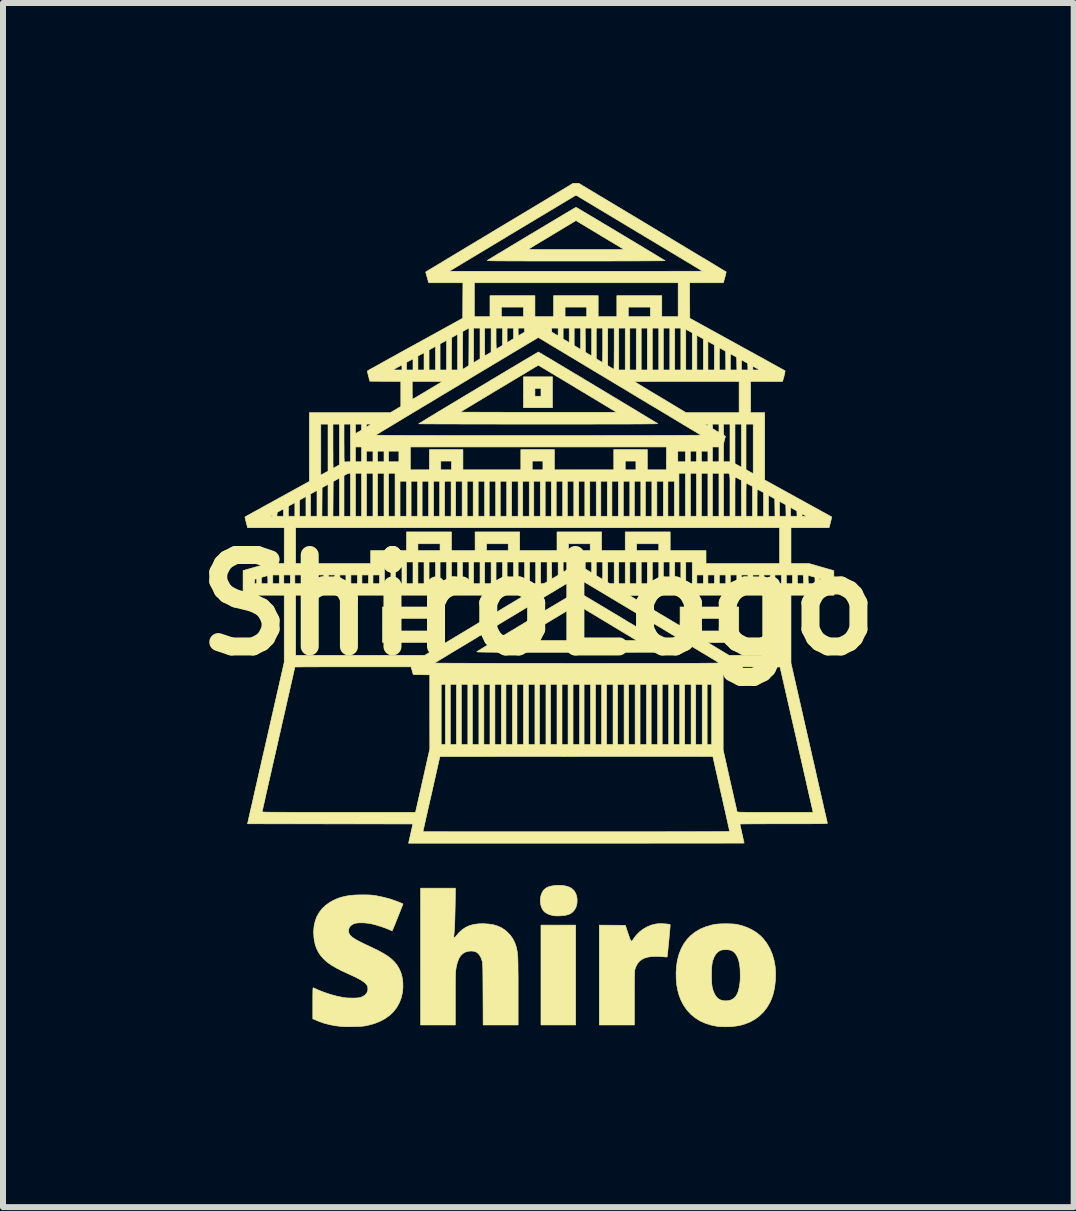
<source format=kicad_pcb>
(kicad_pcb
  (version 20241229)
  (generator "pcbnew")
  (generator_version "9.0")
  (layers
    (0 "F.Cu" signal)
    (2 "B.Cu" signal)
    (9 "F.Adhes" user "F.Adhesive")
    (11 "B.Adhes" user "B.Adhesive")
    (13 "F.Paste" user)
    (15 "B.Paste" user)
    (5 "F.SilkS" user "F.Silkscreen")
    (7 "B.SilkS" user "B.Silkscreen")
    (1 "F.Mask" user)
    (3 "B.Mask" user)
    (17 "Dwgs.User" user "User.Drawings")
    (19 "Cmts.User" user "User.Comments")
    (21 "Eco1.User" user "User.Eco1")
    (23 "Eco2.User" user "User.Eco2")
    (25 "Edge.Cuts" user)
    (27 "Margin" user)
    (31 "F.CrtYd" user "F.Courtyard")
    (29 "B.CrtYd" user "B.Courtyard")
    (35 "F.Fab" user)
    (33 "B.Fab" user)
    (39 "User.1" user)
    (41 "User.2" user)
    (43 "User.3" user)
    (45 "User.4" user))
  (footprint "ShiroLogo"
    (layer "F.Cu")
    (at 5.922 7.034)
    (property "Reference" "ShiroLogo" (at 0 0 0) (layer "F.SilkS") (effects (font (size 1.524 1.524) (thickness 0.3))))
    (attr through_hole)
    (fp_poly (pts (xy 0.622 6.998) (xy 0.044 6.998) (xy 0.044 5.334) (xy 0.622 5.334) (xy 0.622 6.998)) (stroke (width 0.01) (type solid)) (fill yes) (layer "F.SilkS"))
    (fp_poly (pts (xy -1.619 0.622) (xy -2.597 0.622) (xy -2.597 0.222) (xy -2.407 0.222) (xy -2.407 0.432) (xy -1.81 0.432) (xy -1.81 0.222) (xy -2.407 0.222) (xy -2.597 0.222) (xy -2.597 0.032) (xy -1.619 0.032) (xy -1.619 0.622)) (stroke (width 0.01) (type solid)) (fill yes) (layer "F.SilkS"))
    (fp_poly (pts (xy 0.235 -3.289) (xy -0.248 -3.289) (xy -0.248 -3.613) (xy -0.057 -3.613) (xy -0.057 -3.48) (xy 0.044 -3.48) (xy 0.044 -3.613) (xy -0.057 -3.613) (xy -0.248 -3.613) (xy -0.248 -3.804) (xy 0.235 -3.804) (xy 0.235 -3.289)) (stroke (width 0.01) (type solid)) (fill yes) (layer "F.SilkS"))
    (fp_poly (pts (xy 0.403 4.673) (xy 0.461 4.683) (xy 0.511 4.699) (xy 0.553 4.721) (xy 0.558 4.725) (xy 0.593 4.757) (xy 0.619 4.798) (xy 0.637 4.846) (xy 0.646 4.9) (xy 0.645 4.956) (xy 0.642 4.981) (xy 0.628 5.033) (xy 0.606 5.075) (xy 0.576 5.11) (xy 0.558 5.126) (xy 0.543 5.137) (xy 0.527 5.146) (xy 0.506 5.154) (xy 0.483 5.162) (xy 0.456 5.169) (xy 0.42 5.174) (xy 0.378 5.178) (xy 0.336 5.18) (xy 0.295 5.18) (xy 0.26 5.177) (xy 0.246 5.175) (xy 0.195 5.162) (xy 0.149 5.143) (xy 0.11 5.119) (xy 0.084 5.093) (xy 0.059 5.05) (xy 0.042 5.002) (xy 0.034 4.949) (xy 0.034 4.895) (xy 0.043 4.842) (xy 0.061 4.794) (xy 0.078 4.764) (xy 0.104 4.735) (xy 0.135 4.712) (xy 0.174 4.694) (xy 0.222 4.682) (xy 0.279 4.673) (xy 0.342 4.67) (xy 0.403 4.673)) (stroke (width 0.01) (type solid)) (fill yes) (layer "F.SilkS"))
    (fp_poly (pts (xy 2.062 5.31) (xy 2.095 5.312) (xy 2.127 5.314) (xy 2.156 5.317) (xy 2.179 5.32) (xy 2.193 5.323) (xy 2.196 5.325) (xy 2.197 5.332) (xy 2.196 5.35) (xy 2.194 5.377) (xy 2.191 5.412) (xy 2.187 5.453) (xy 2.183 5.499) (xy 2.179 5.548) (xy 2.174 5.599) (xy 2.169 5.649) (xy 2.164 5.698) (xy 2.16 5.743) (xy 2.156 5.783) (xy 2.152 5.816) (xy 2.149 5.842) (xy 2.147 5.858) (xy 2.146 5.862) (xy 2.137 5.865) (xy 2.116 5.864) (xy 2.093 5.862) (xy 2.067 5.859) (xy 2.033 5.857) (xy 1.995 5.855) (xy 1.958 5.855) (xy 1.886 5.858) (xy 1.824 5.867) (xy 1.771 5.883) (xy 1.726 5.905) (xy 1.687 5.935) (xy 1.678 5.943) (xy 1.652 5.977) (xy 1.629 6.019) (xy 1.612 6.064) (xy 1.607 6.082) (xy 1.606 6.096) (xy 1.604 6.122) (xy 1.603 6.16) (xy 1.602 6.21) (xy 1.601 6.272) (xy 1.601 6.347) (xy 1.6 6.434) (xy 1.6 6.533) (xy 1.6 6.557) (xy 1.6 6.998) (xy 1.016 6.998) (xy 1.016 5.334) (xy 1.45 5.337) (xy 1.494 5.469) (xy 1.51 5.516) (xy 1.522 5.552) (xy 1.533 5.577) (xy 1.542 5.593) (xy 1.55 5.599) (xy 1.559 5.598) (xy 1.568 5.589) (xy 1.58 5.573) (xy 1.591 5.556) (xy 1.637 5.496) (xy 1.692 5.442) (xy 1.754 5.396) (xy 1.82 5.359) (xy 1.89 5.331) (xy 1.96 5.315) (xy 2.004 5.31) (xy 2.031 5.31) (xy 2.062 5.31)) (stroke (width 0.01) (type solid)) (fill yes) (layer "F.SilkS"))
    (fp_poly (pts (xy -1.386 4.999) (xy -1.388 5.09) (xy -1.39 5.171) (xy -1.392 5.242) (xy -1.394 5.304) (xy -1.397 5.361) (xy -1.4 5.412) (xy -1.403 5.461) (xy -1.407 5.501) (xy -1.409 5.524) (xy -1.408 5.537) (xy -1.405 5.543) (xy -1.401 5.544) (xy -1.392 5.539) (xy -1.379 5.527) (xy -1.374 5.52) (xy -1.323 5.459) (xy -1.269 5.41) (xy -1.209 5.37) (xy -1.144 5.341) (xy -1.072 5.322) (xy -0.993 5.312) (xy -0.905 5.31) (xy -0.899 5.311) (xy -0.815 5.317) (xy -0.74 5.33) (xy -0.674 5.351) (xy -0.613 5.379) (xy -0.558 5.415) (xy -0.513 5.454) (xy -0.464 5.506) (xy -0.424 5.564) (xy -0.392 5.628) (xy -0.368 5.699) (xy -0.352 5.778) (xy -0.343 5.864) (xy -0.342 5.885) (xy -0.341 5.916) (xy -0.34 5.959) (xy -0.339 6.01) (xy -0.339 6.07) (xy -0.338 6.136) (xy -0.337 6.208) (xy -0.337 6.285) (xy -0.337 6.365) (xy -0.337 6.447) (xy -0.337 6.475) (xy -0.337 6.998) (xy -0.92 6.998) (xy -0.922 6.485) (xy -0.923 6.391) (xy -0.923 6.31) (xy -0.924 6.239) (xy -0.924 6.178) (xy -0.925 6.127) (xy -0.925 6.084) (xy -0.926 6.048) (xy -0.927 6.019) (xy -0.928 5.996) (xy -0.929 5.977) (xy -0.93 5.963) (xy -0.932 5.951) (xy -0.933 5.942) (xy -0.936 5.934) (xy -0.936 5.934) (xy -0.955 5.879) (xy -0.978 5.836) (xy -1.006 5.803) (xy -1.038 5.781) (xy -1.077 5.769) (xy -1.118 5.765) (xy -1.173 5.77) (xy -1.22 5.785) (xy -1.261 5.81) (xy -1.296 5.845) (xy -1.324 5.89) (xy -1.347 5.947) (xy -1.365 6.015) (xy -1.375 6.074) (xy -1.377 6.092) (xy -1.378 6.112) (xy -1.38 6.137) (xy -1.381 6.166) (xy -1.382 6.201) (xy -1.383 6.243) (xy -1.383 6.293) (xy -1.384 6.352) (xy -1.384 6.421) (xy -1.384 6.501) (xy -1.384 6.573) (xy -1.384 6.998) (xy -1.962 6.998) (xy -1.962 4.718) (xy -1.382 4.718) (xy -1.386 4.999)) (stroke (width 0.01) (type solid)) (fill yes) (layer "F.SilkS"))
    (fp_poly (pts (xy 0.654 -0.222) (xy 0.671 -0.212) (xy 0.697 -0.197) (xy 0.731 -0.177) (xy 0.774 -0.152) (xy 0.824 -0.123) (xy 0.88 -0.089) (xy 0.942 -0.052) (xy 1.009 -0.012) (xy 1.081 0.031) (xy 1.156 0.076) (xy 1.234 0.123) (xy 1.315 0.171) (xy 1.397 0.22) (xy 1.479 0.27) (xy 1.562 0.319) (xy 1.644 0.369) (xy 1.725 0.417) (xy 1.803 0.465) (xy 1.879 0.51) (xy 1.951 0.554) (xy 2.019 0.595) (xy 2.082 0.633) (xy 2.139 0.668) (xy 2.19 0.699) (xy 2.234 0.726) (xy 2.27 0.748) (xy 2.297 0.765) (xy 2.316 0.777) (xy 2.324 0.782) (xy 2.324 0.783) (xy 2.318 0.783) (xy 2.299 0.783) (xy 2.269 0.784) (xy 2.228 0.784) (xy 2.176 0.785) (xy 2.114 0.785) (xy 2.043 0.785) (xy 1.962 0.786) (xy 1.873 0.786) (xy 1.776 0.786) (xy 1.672 0.786) (xy 1.56 0.787) (xy 1.442 0.787) (xy 1.318 0.787) (xy 1.189 0.787) (xy 1.055 0.787) (xy 0.917 0.787) (xy 0.775 0.787) (xy 0.643 0.787) (xy 0.469 0.787) (xy 0.307 0.787) (xy 0.157 0.787) (xy 0.018 0.787) (xy -0.109 0.787) (xy -0.226 0.787) (xy -0.333 0.787) (xy -0.431 0.787) (xy -0.519 0.786) (xy -0.598 0.786) (xy -0.669 0.786) (xy -0.732 0.786) (xy -0.788 0.785) (xy -0.836 0.785) (xy -0.878 0.784) (xy -0.913 0.784) (xy -0.943 0.783) (xy -0.968 0.783) (xy -0.987 0.782) (xy -1.002 0.782) (xy -1.013 0.781) (xy -1.02 0.78) (xy -1.025 0.779) (xy -1.026 0.778) (xy -1.026 0.778) (xy -1.017 0.772) (xy -0.999 0.76) (xy -0.971 0.743) (xy -0.935 0.721) (xy -0.891 0.694) (xy -0.839 0.663) (xy -0.782 0.629) (xy -0.719 0.591) (xy -0.346 0.591) (xy 1.641 0.591) (xy 1.145 0.292) (xy 0.648 -0.006) (xy 0.151 0.292) (xy -0.346 0.591) (xy -0.719 0.591) (xy -0.718 0.59) (xy -0.65 0.549) (xy -0.578 0.506) (xy -0.502 0.46) (xy -0.423 0.413) (xy -0.342 0.364) (xy -0.26 0.315) (xy -0.177 0.265) (xy -0.094 0.216) (xy -0.013 0.167) (xy 0.068 0.119) (xy 0.146 0.072) (xy 0.221 0.027) (xy 0.292 -0.015) (xy 0.359 -0.055) (xy 0.421 -0.092) (xy 0.477 -0.125) (xy 0.526 -0.154) (xy 0.568 -0.179) (xy 0.602 -0.199) (xy 0.627 -0.213) (xy 0.642 -0.222) (xy 0.648 -0.225) (xy 0.654 -0.222)) (stroke (width 0.01) (type solid)) (fill yes) (layer "F.SilkS"))
    (fp_poly (pts (xy 3.177 5.312) (xy 3.229 5.314) (xy 3.275 5.317) (xy 3.311 5.322) (xy 3.316 5.323) (xy 3.404 5.346) (xy 3.489 5.377) (xy 3.568 5.416) (xy 3.641 5.462) (xy 3.704 5.514) (xy 3.747 5.558) (xy 3.808 5.638) (xy 3.859 5.726) (xy 3.899 5.82) (xy 3.928 5.92) (xy 3.947 6.025) (xy 3.954 6.136) (xy 3.951 6.252) (xy 3.951 6.252) (xy 3.941 6.344) (xy 3.927 6.425) (xy 3.908 6.5) (xy 3.883 6.569) (xy 3.857 6.625) (xy 3.809 6.708) (xy 3.751 6.782) (xy 3.684 6.847) (xy 3.61 6.902) (xy 3.527 6.948) (xy 3.438 6.983) (xy 3.363 7.004) (xy 3.288 7.017) (xy 3.207 7.025) (xy 3.124 7.028) (xy 3.043 7.026) (xy 2.978 7.02) (xy 2.876 6.999) (xy 2.781 6.969) (xy 2.693 6.929) (xy 2.613 6.878) (xy 2.541 6.819) (xy 2.478 6.75) (xy 2.423 6.672) (xy 2.378 6.586) (xy 2.346 6.506) (xy 2.323 6.42) (xy 2.306 6.327) (xy 2.297 6.228) (xy 2.297 6.187) (xy 2.885 6.187) (xy 2.886 6.239) (xy 2.888 6.288) (xy 2.892 6.329) (xy 2.896 6.361) (xy 2.897 6.366) (xy 2.915 6.431) (xy 2.938 6.485) (xy 2.966 6.528) (xy 2.999 6.56) (xy 3.038 6.582) (xy 3.083 6.594) (xy 3.134 6.596) (xy 3.177 6.591) (xy 3.212 6.581) (xy 3.216 6.579) (xy 3.252 6.559) (xy 3.282 6.532) (xy 3.306 6.496) (xy 3.326 6.451) (xy 3.336 6.42) (xy 3.35 6.36) (xy 3.36 6.295) (xy 3.365 6.222) (xy 3.365 6.166) (xy 3.363 6.075) (xy 3.355 5.996) (xy 3.341 5.928) (xy 3.321 5.871) (xy 3.296 5.825) (xy 3.265 5.788) (xy 3.229 5.762) (xy 3.219 5.757) (xy 3.192 5.749) (xy 3.157 5.744) (xy 3.118 5.743) (xy 3.08 5.745) (xy 3.046 5.751) (xy 3.028 5.758) (xy 2.99 5.782) (xy 2.957 5.818) (xy 2.93 5.864) (xy 2.908 5.921) (xy 2.898 5.963) (xy 2.893 5.994) (xy 2.889 6.034) (xy 2.887 6.082) (xy 2.885 6.134) (xy 2.885 6.187) (xy 2.297 6.187) (xy 2.296 6.128) (xy 2.302 6.029) (xy 2.315 5.934) (xy 2.318 5.92) (xy 2.344 5.82) (xy 2.38 5.729) (xy 2.425 5.645) (xy 2.479 5.571) (xy 2.543 5.505) (xy 2.615 5.449) (xy 2.696 5.401) (xy 2.786 5.363) (xy 2.884 5.334) (xy 2.934 5.323) (xy 2.97 5.318) (xy 3.016 5.314) (xy 3.068 5.312) (xy 3.123 5.311) (xy 3.177 5.312)) (stroke (width 0.01) (type solid)) (fill yes) (layer "F.SilkS"))
    (fp_poly (pts (xy 0.633 -6.626) (xy 0.65 -6.617) (xy 0.675 -6.602) (xy 0.709 -6.582) (xy 0.751 -6.557) (xy 0.8 -6.528) (xy 0.855 -6.495) (xy 0.916 -6.459) (xy 0.981 -6.42) (xy 1.051 -6.378) (xy 1.123 -6.335) (xy 1.198 -6.29) (xy 1.275 -6.244) (xy 1.353 -6.197) (xy 1.431 -6.151) (xy 1.508 -6.104) (xy 1.584 -6.059) (xy 1.658 -6.014) (xy 1.729 -5.972) (xy 1.796 -5.931) (xy 1.859 -5.893) (xy 1.916 -5.859) (xy 1.968 -5.827) (xy 2.013 -5.8) (xy 2.05 -5.777) (xy 2.079 -5.76) (xy 2.1 -5.747) (xy 2.11 -5.741) (xy 2.111 -5.74) (xy 2.105 -5.739) (xy 2.087 -5.739) (xy 2.058 -5.738) (xy 2.016 -5.738) (xy 1.964 -5.737) (xy 1.901 -5.737) (xy 1.828 -5.736) (xy 1.745 -5.736) (xy 1.652 -5.735) (xy 1.55 -5.735) (xy 1.44 -5.735) (xy 1.322 -5.735) (xy 1.196 -5.734) (xy 1.062 -5.734) (xy 0.922 -5.734) (xy 0.774 -5.734) (xy 0.629 -5.734) (xy 0.463 -5.734) (xy 0.31 -5.734) (xy 0.169 -5.734) (xy 0.04 -5.734) (xy -0.079 -5.734) (xy -0.188 -5.734) (xy -0.286 -5.735) (xy -0.374 -5.735) (xy -0.454 -5.735) (xy -0.525 -5.735) (xy -0.587 -5.736) (xy -0.641 -5.736) (xy -0.688 -5.736) (xy -0.729 -5.737) (xy -0.762 -5.737) (xy -0.79 -5.738) (xy -0.811 -5.739) (xy -0.828 -5.739) (xy -0.84 -5.74) (xy -0.847 -5.741) (xy -0.85 -5.742) (xy -0.851 -5.743) (xy -0.844 -5.747) (xy -0.827 -5.758) (xy -0.801 -5.774) (xy -0.766 -5.795) (xy -0.724 -5.821) (xy -0.675 -5.851) (xy -0.619 -5.884) (xy -0.558 -5.921) (xy -0.54 -5.932) (xy -0.162 -5.932) (xy -0.158 -5.931) (xy -0.15 -5.93) (xy -0.136 -5.929) (xy -0.117 -5.928) (xy -0.091 -5.927) (xy -0.059 -5.927) (xy -0.019 -5.926) (xy 0.029 -5.926) (xy 0.086 -5.925) (xy 0.152 -5.925) (xy 0.228 -5.925) (xy 0.314 -5.925) (xy 0.411 -5.925) (xy 0.52 -5.925) (xy 0.629 -5.925) (xy 1.431 -5.925) (xy 1.029 -6.166) (xy 0.627 -6.408) (xy 0.239 -6.175) (xy 0.175 -6.136) (xy 0.113 -6.099) (xy 0.056 -6.065) (xy 0.003 -6.033) (xy -0.044 -6.005) (xy -0.084 -5.98) (xy -0.117 -5.96) (xy -0.142 -5.945) (xy -0.157 -5.936) (xy -0.162 -5.933) (xy -0.162 -5.932) (xy -0.54 -5.932) (xy -0.492 -5.961) (xy -0.422 -6.003) (xy -0.35 -6.046) (xy -0.274 -6.092) (xy -0.198 -6.138) (xy -0.12 -6.184) (xy -0.042 -6.231) (xy 0.035 -6.277) (xy 0.11 -6.322) (xy 0.184 -6.366) (xy 0.254 -6.408) (xy 0.321 -6.448) (xy 0.383 -6.485) (xy 0.44 -6.519) (xy 0.491 -6.549) (xy 0.535 -6.575) (xy 0.571 -6.597) (xy 0.599 -6.613) (xy 0.618 -6.624) (xy 0.627 -6.629) (xy 0.627 -6.629) (xy 0.633 -6.626)) (stroke (width 0.01) (type solid)) (fill yes) (layer "F.SilkS"))
    (fp_poly (pts (xy 0.002 -4.218) (xy 0.009 -4.214) (xy 0.025 -4.204) (xy 0.051 -4.189) (xy 0.086 -4.168) (xy 0.129 -4.142) (xy 0.18 -4.112) (xy 0.238 -4.078) (xy 0.302 -4.039) (xy 0.371 -3.998) (xy 0.446 -3.953) (xy 0.524 -3.906) (xy 0.606 -3.857) (xy 0.692 -3.806) (xy 0.779 -3.753) (xy 0.868 -3.7) (xy 0.958 -3.646) (xy 1.048 -3.592) (xy 1.138 -3.538) (xy 1.227 -3.484) (xy 1.314 -3.432) (xy 1.398 -3.381) (xy 1.48 -3.332) (xy 1.558 -3.285) (xy 1.632 -3.241) (xy 1.7 -3.199) (xy 1.763 -3.161) (xy 1.819 -3.127) (xy 1.869 -3.097) (xy 1.91 -3.072) (xy 1.944 -3.052) (xy 1.968 -3.037) (xy 1.983 -3.028) (xy 1.987 -3.025) (xy 1.987 -3.024) (xy 1.982 -3.023) (xy 1.974 -3.022) (xy 1.962 -3.022) (xy 1.945 -3.021) (xy 1.924 -3.021) (xy 1.896 -3.02) (xy 1.863 -3.02) (xy 1.824 -3.019) (xy 1.779 -3.019) (xy 1.726 -3.018) (xy 1.666 -3.018) (xy 1.599 -3.018) (xy 1.523 -3.017) (xy 1.44 -3.017) (xy 1.347 -3.017) (xy 1.245 -3.017) (xy 1.134 -3.017) (xy 1.012 -3.017) (xy 0.881 -3.016) (xy 0.738 -3.016) (xy 0.585 -3.016) (xy 0.42 -3.016) (xy 0.243 -3.016) (xy 0.054 -3.016) (xy 0.001 -3.016) (xy -0.157 -3.016) (xy -0.312 -3.016) (xy -0.463 -3.016) (xy -0.61 -3.016) (xy -0.753 -3.017) (xy -0.89 -3.017) (xy -1.021 -3.017) (xy -1.146 -3.017) (xy -1.265 -3.017) (xy -1.376 -3.018) (xy -1.48 -3.018) (xy -1.575 -3.018) (xy -1.662 -3.018) (xy -1.74 -3.019) (xy -1.809 -3.019) (xy -1.867 -3.019) (xy -1.915 -3.02) (xy -1.952 -3.02) (xy -1.978 -3.02) (xy -1.991 -3.021) (xy -1.994 -3.021) (xy -1.988 -3.025) (xy -1.973 -3.035) (xy -1.947 -3.05) (xy -1.913 -3.071) (xy -1.871 -3.097) (xy -1.821 -3.128) (xy -1.764 -3.162) (xy -1.7 -3.201) (xy -1.674 -3.217) (xy -1.3 -3.217) (xy -1.294 -3.217) (xy -1.276 -3.216) (xy -1.247 -3.216) (xy -1.206 -3.215) (xy -1.156 -3.215) (xy -1.095 -3.215) (xy -1.025 -3.215) (xy -0.947 -3.214) (xy -0.861 -3.214) (xy -0.767 -3.214) (xy -0.667 -3.214) (xy -0.56 -3.213) (xy -0.448 -3.213) (xy -0.331 -3.213) (xy -0.209 -3.213) (xy -0.084 -3.213) (xy 0.001 -3.213) (xy 1.305 -3.213) (xy 1.264 -3.238) (xy 1.253 -3.245) (xy 1.232 -3.257) (xy 1.201 -3.275) (xy 1.162 -3.299) (xy 1.115 -3.327) (xy 1.061 -3.36) (xy 1.001 -3.396) (xy 0.935 -3.436) (xy 0.864 -3.478) (xy 0.789 -3.524) (xy 0.71 -3.571) (xy 0.629 -3.619) (xy 0.611 -3.631) (xy -0.001 -3.998) (xy -0.649 -3.609) (xy -0.732 -3.56) (xy -0.812 -3.511) (xy -0.888 -3.466) (xy -0.96 -3.422) (xy -1.027 -3.382) (xy -1.088 -3.345) (xy -1.143 -3.312) (xy -1.191 -3.283) (xy -1.231 -3.259) (xy -1.262 -3.24) (xy -1.285 -3.226) (xy -1.297 -3.219) (xy -1.3 -3.217) (xy -1.674 -3.217) (xy -1.632 -3.242) (xy -1.558 -3.287) (xy -1.479 -3.334) (xy -1.397 -3.383) (xy -1.313 -3.434) (xy -1.225 -3.487) (xy -1.136 -3.54) (xy -1.046 -3.594) (xy -0.956 -3.648) (xy -0.866 -3.702) (xy -0.777 -3.756) (xy -0.689 -3.808) (xy -0.604 -3.859) (xy -0.522 -3.908) (xy -0.443 -3.955) (xy -0.369 -3.999) (xy -0.299 -4.041) (xy -0.235 -4.079) (xy -0.177 -4.113) (xy -0.126 -4.143) (xy -0.083 -4.169) (xy -0.048 -4.189) (xy -0.021 -4.205) (xy -0.004 -4.214) (xy 0.002 -4.218) (xy 0.002 -4.218)) (stroke (width 0.01) (type solid)) (fill yes) (layer "F.SilkS"))
    (fp_poly (pts (xy -2.878 4.83) (xy -2.836 4.831) (xy -2.801 4.832) (xy -2.77 4.835) (xy -2.741 4.838) (xy -2.711 4.843) (xy -2.702 4.844) (xy -2.578 4.87) (xy -2.462 4.901) (xy -2.35 4.941) (xy -2.317 4.954) (xy -2.255 4.98) (xy -2.268 5.012) (xy -2.29 5.069) (xy -2.312 5.125) (xy -2.334 5.18) (xy -2.355 5.233) (xy -2.375 5.282) (xy -2.392 5.326) (xy -2.408 5.363) (xy -2.421 5.394) (xy -2.43 5.416) (xy -2.435 5.427) (xy -2.436 5.429) (xy -2.443 5.427) (xy -2.459 5.42) (xy -2.48 5.411) (xy -2.491 5.406) (xy -2.536 5.388) (xy -2.587 5.369) (xy -2.643 5.351) (xy -2.698 5.334) (xy -2.749 5.32) (xy -2.793 5.31) (xy -2.797 5.309) (xy -2.844 5.302) (xy -2.895 5.297) (xy -2.946 5.295) (xy -2.994 5.296) (xy -3.034 5.3) (xy -3.044 5.302) (xy -3.079 5.313) (xy -3.111 5.331) (xy -3.137 5.354) (xy -3.151 5.374) (xy -3.161 5.404) (xy -3.163 5.438) (xy -3.156 5.469) (xy -3.15 5.483) (xy -3.137 5.501) (xy -3.121 5.518) (xy -3.1 5.536) (xy -3.074 5.554) (xy -3.041 5.575) (xy -3.001 5.597) (xy -2.952 5.622) (xy -2.894 5.651) (xy -2.825 5.683) (xy -2.811 5.69) (xy -2.733 5.727) (xy -2.665 5.76) (xy -2.607 5.792) (xy -2.556 5.821) (xy -2.513 5.849) (xy -2.474 5.878) (xy -2.44 5.906) (xy -2.409 5.936) (xy -2.359 5.994) (xy -2.319 6.061) (xy -2.288 6.134) (xy -2.271 6.198) (xy -2.258 6.289) (xy -2.257 6.379) (xy -2.267 6.467) (xy -2.287 6.551) (xy -2.318 6.63) (xy -2.359 6.704) (xy -2.41 6.771) (xy -2.47 6.83) (xy -2.481 6.839) (xy -2.558 6.894) (xy -2.641 6.938) (xy -2.731 6.974) (xy -2.83 7.001) (xy -2.899 7.015) (xy -2.929 7.018) (xy -2.969 7.021) (xy -3.016 7.024) (xy -3.067 7.025) (xy -3.12 7.026) (xy -3.172 7.027) (xy -3.219 7.026) (xy -3.261 7.024) (xy -3.28 7.023) (xy -3.383 7.011) (xy -3.477 6.993) (xy -3.569 6.969) (xy -3.66 6.937) (xy -3.704 6.918) (xy -3.759 6.895) (xy -3.759 6.634) (xy -3.759 6.568) (xy -3.759 6.513) (xy -3.758 6.469) (xy -3.758 6.434) (xy -3.757 6.409) (xy -3.756 6.392) (xy -3.754 6.382) (xy -3.752 6.378) (xy -3.751 6.377) (xy -3.743 6.381) (xy -3.725 6.389) (xy -3.701 6.4) (xy -3.673 6.413) (xy -3.673 6.413) (xy -3.573 6.453) (xy -3.466 6.489) (xy -3.354 6.519) (xy -3.245 6.541) (xy -3.215 6.545) (xy -3.177 6.548) (xy -3.136 6.549) (xy -3.093 6.55) (xy -3.052 6.549) (xy -3.015 6.547) (xy -2.985 6.544) (xy -2.969 6.541) (xy -2.924 6.523) (xy -2.888 6.499) (xy -2.861 6.468) (xy -2.845 6.433) (xy -2.84 6.395) (xy -2.845 6.362) (xy -2.853 6.341) (xy -2.866 6.321) (xy -2.886 6.3) (xy -2.913 6.278) (xy -2.948 6.255) (xy -2.992 6.23) (xy -3.045 6.202) (xy -3.109 6.172) (xy -3.184 6.138) (xy -3.185 6.137) (xy -3.277 6.095) (xy -3.358 6.053) (xy -3.428 6.013) (xy -3.489 5.973) (xy -3.541 5.932) (xy -3.585 5.89) (xy -3.623 5.847) (xy -3.628 5.84) (xy -3.667 5.782) (xy -3.697 5.721) (xy -3.719 5.656) (xy -3.734 5.583) (xy -3.74 5.538) (xy -3.745 5.443) (xy -3.738 5.354) (xy -3.72 5.271) (xy -3.692 5.193) (xy -3.652 5.123) (xy -3.602 5.058) (xy -3.541 5.001) (xy -3.47 4.951) (xy -3.419 4.923) (xy -3.356 4.894) (xy -3.291 4.871) (xy -3.223 4.854) (xy -3.149 4.841) (xy -3.068 4.833) (xy -2.978 4.83) (xy -2.931 4.83) (xy -2.878 4.83)) (stroke (width 0.01) (type solid)) (fill yes) (layer "F.SilkS"))
    (fp_poly (pts (xy 1.9 -6.293) (xy 2.015 -6.224) (xy 2.127 -6.156) (xy 2.235 -6.091) (xy 2.34 -6.028) (xy 2.44 -5.968) (xy 2.536 -5.91) (xy 2.626 -5.856) (xy 2.71 -5.805) (xy 2.789 -5.759) (xy 2.86 -5.716) (xy 2.924 -5.677) (xy 2.98 -5.643) (xy 3.028 -5.614) (xy 3.068 -5.59) (xy 3.098 -5.572) (xy 3.118 -5.56) (xy 3.129 -5.554) (xy 3.13 -5.553) (xy 3.129 -5.546) (xy 3.126 -5.529) (xy 3.12 -5.505) (xy 3.112 -5.475) (xy 3.108 -5.461) (xy 3.084 -5.372) (xy 2.802 -5.372) (xy 2.521 -5.372) (xy 2.522 -5.076) (xy 2.524 -4.78) (xy 3.316 -4.344) (xy 3.409 -4.292) (xy 3.499 -4.243) (xy 3.586 -4.195) (xy 3.668 -4.15) (xy 3.745 -4.108) (xy 3.816 -4.068) (xy 3.881 -4.032) (xy 3.94 -4) (xy 3.991 -3.971) (xy 4.034 -3.948) (xy 4.068 -3.929) (xy 4.093 -3.915) (xy 4.108 -3.906) (xy 4.112 -3.904) (xy 4.112 -3.897) (xy 4.109 -3.88) (xy 4.104 -3.857) (xy 4.098 -3.83) (xy 4.091 -3.801) (xy 4.083 -3.774) (xy 4.077 -3.751) (xy 4.076 -3.748) (xy 4.069 -3.727) (xy 3.803 -3.727) (xy 3.537 -3.727) (xy 3.537 -3.207) (xy 3.772 -3.207) (xy 3.772 -2.085) (xy 4.329 -1.778) (xy 4.407 -1.735) (xy 4.481 -1.694) (xy 4.552 -1.655) (xy 4.618 -1.619) (xy 4.679 -1.585) (xy 4.733 -1.555) (xy 4.781 -1.529) (xy 4.821 -1.507) (xy 4.852 -1.49) (xy 4.874 -1.477) (xy 4.887 -1.471) (xy 4.889 -1.469) (xy 4.888 -1.462) (xy 4.885 -1.446) (xy 4.879 -1.42) (xy 4.871 -1.389) (xy 4.862 -1.353) (xy 4.852 -1.315) (xy 4.851 -1.311) (xy 4.844 -1.289) (xy 4.21 -1.289) (xy 4.21 -0.692) (xy 4.361 -0.692) (xy 4.512 -0.692) (xy 4.718 -0.633) (xy 4.924 -0.574) (xy 4.928 -0.165) (xy 4.21 -0.165) (xy 4.21 0.965) (xy 4.512 2.294) (xy 4.541 2.421) (xy 4.569 2.546) (xy 4.597 2.666) (xy 4.623 2.782) (xy 4.648 2.894) (xy 4.672 2.999) (xy 4.695 3.099) (xy 4.716 3.192) (xy 4.736 3.277) (xy 4.753 3.355) (xy 4.769 3.425) (xy 4.783 3.485) (xy 4.795 3.536) (xy 4.804 3.577) (xy 4.811 3.608) (xy 4.815 3.627) (xy 4.817 3.634) (xy 4.817 3.634) (xy 4.817 3.635) (xy 4.816 3.637) (xy 4.812 3.638) (xy 4.806 3.64) (xy 4.796 3.641) (xy 4.782 3.641) (xy 4.763 3.642) (xy 4.738 3.643) (xy 4.708 3.643) (xy 4.67 3.644) (xy 4.625 3.644) (xy 4.572 3.644) (xy 4.51 3.645) (xy 4.438 3.645) (xy 4.356 3.645) (xy 4.263 3.645) (xy 4.158 3.645) (xy 4.09 3.645) (xy 3.995 3.645) (xy 3.903 3.645) (xy 3.816 3.645) (xy 3.734 3.646) (xy 3.658 3.646) (xy 3.589 3.646) (xy 3.527 3.647) (xy 3.474 3.647) (xy 3.43 3.648) (xy 3.396 3.648) (xy 3.372 3.649) (xy 3.361 3.649) (xy 3.359 3.65) (xy 3.361 3.657) (xy 3.364 3.675) (xy 3.37 3.702) (xy 3.378 3.736) (xy 3.386 3.775) (xy 3.394 3.809) (xy 3.404 3.852) (xy 3.412 3.89) (xy 3.419 3.922) (xy 3.425 3.947) (xy 3.428 3.962) (xy 3.429 3.966) (xy 3.423 3.966) (xy 3.404 3.967) (xy 3.374 3.967) (xy 3.332 3.967) (xy 3.279 3.967) (xy 3.215 3.967) (xy 3.141 3.967) (xy 3.057 3.968) (xy 2.964 3.968) (xy 2.862 3.968) (xy 2.751 3.968) (xy 2.631 3.968) (xy 2.504 3.968) (xy 2.37 3.968) (xy 2.228 3.968) (xy 2.08 3.968) (xy 1.926 3.968) (xy 1.765 3.969) (xy 1.6 3.969) (xy 1.429 3.969) (xy 1.254 3.969) (xy 1.075 3.969) (xy 0.891 3.969) (xy 0.705 3.969) (xy 0.633 3.969) (xy -2.163 3.969) (xy -2.127 3.808) (xy -2.12 3.777) (xy -1.924 3.777) (xy -1.918 3.777) (xy -1.899 3.777) (xy -1.869 3.777) (xy -1.827 3.777) (xy -1.774 3.777) (xy -1.711 3.777) (xy -1.637 3.777) (xy -1.554 3.777) (xy -1.461 3.778) (xy -1.36 3.778) (xy -1.25 3.778) (xy -1.132 3.778) (xy -1.006 3.778) (xy -0.873 3.778) (xy -0.734 3.778) (xy -0.588 3.778) (xy -0.436 3.778) (xy -0.279 3.778) (xy -0.116 3.778) (xy 0.051 3.778) (xy 0.222 3.778) (xy 0.397 3.778) (xy 0.576 3.778) (xy 0.632 3.778) (xy 0.871 3.778) (xy 1.098 3.778) (xy 1.313 3.778) (xy 1.515 3.778) (xy 1.704 3.778) (xy 1.882 3.778) (xy 2.048 3.778) (xy 2.202 3.777) (xy 2.345 3.777) (xy 2.475 3.777) (xy 2.595 3.777) (xy 2.703 3.776) (xy 2.799 3.776) (xy 2.885 3.776) (xy 2.96 3.775) (xy 3.024 3.775) (xy 3.077 3.774) (xy 3.12 3.774) (xy 3.152 3.773) (xy 3.174 3.773) (xy 3.186 3.772) (xy 3.188 3.772) (xy 3.186 3.765) (xy 3.182 3.746) (xy 3.176 3.717) (xy 3.167 3.678) (xy 3.157 3.63) (xy 3.144 3.573) (xy 3.13 3.51) (xy 3.114 3.439) (xy 3.097 3.364) (xy 3.079 3.283) (xy 3.06 3.198) (xy 3.048 3.146) (xy 3.028 3.059) (xy 3.01 2.976) (xy 2.992 2.897) (xy 2.976 2.824) (xy 2.96 2.757) (xy 2.947 2.696) (xy 2.935 2.643) (xy 2.925 2.599) (xy 2.917 2.564) (xy 2.912 2.54) (xy 2.909 2.526) (xy 2.908 2.524) (xy 2.902 2.523) (xy 2.883 2.523) (xy 2.853 2.523) (xy 2.811 2.523) (xy 2.759 2.523) (xy 2.696 2.523) (xy 2.623 2.522) (xy 2.54 2.522) (xy 2.449 2.522) (xy 2.348 2.522) (xy 2.24 2.522) (xy 2.123 2.522) (xy 2 2.522) (xy 1.869 2.522) (xy 1.732 2.522) (xy 1.589 2.522) (xy 1.441 2.522) (xy 1.288 2.522) (xy 1.129 2.522) (xy 0.967 2.522) (xy 0.801 2.522) (xy 0.634 2.523) (xy -1.641 2.524) (xy -1.782 3.15) (xy -1.802 3.237) (xy -1.821 3.32) (xy -1.839 3.399) (xy -1.855 3.473) (xy -1.871 3.54) (xy -1.884 3.601) (xy -1.896 3.654) (xy -1.906 3.699) (xy -1.914 3.734) (xy -1.92 3.76) (xy -1.923 3.774) (xy -1.924 3.777) (xy -2.12 3.777) (xy -2.091 3.648) (xy -4.847 3.645) (xy -4.843 3.627) (xy -4.841 3.62) (xy -4.837 3.6) (xy -4.83 3.569) (xy -4.821 3.528) (xy -4.809 3.476) (xy -4.802 3.447) (xy -4.604 3.447) (xy -4.601 3.448) (xy -4.593 3.449) (xy -4.579 3.449) (xy -4.558 3.45) (xy -4.531 3.451) (xy -4.497 3.451) (xy -4.455 3.452) (xy -4.405 3.452) (xy -4.346 3.453) (xy -4.279 3.453) (xy -4.202 3.453) (xy -4.116 3.454) (xy -4.02 3.454) (xy -3.913 3.454) (xy -3.795 3.454) (xy -3.666 3.454) (xy -3.525 3.454) (xy -3.372 3.454) (xy -3.325 3.454) (xy -2.047 3.454) (xy -1.928 2.926) (xy -1.809 2.397) (xy -1.81 1.78) (xy -1.81 1.321) (xy -1.619 1.321) (xy -1.619 2.324) (xy -1.549 2.324) (xy -1.549 1.321) (xy -1.467 1.321) (xy -1.467 2.324) (xy -1.365 2.324) (xy -1.365 1.321) (xy -1.283 1.321) (xy -1.283 2.324) (xy -1.175 2.324) (xy -1.175 1.321) (xy -1.099 1.321) (xy -1.099 2.324) (xy -0.991 2.324) (xy -0.991 1.321) (xy -0.908 1.321) (xy -0.908 2.324) (xy -0.806 2.324) (xy -0.806 1.321) (xy -0.724 1.321) (xy -0.724 2.324) (xy -0.616 2.324) (xy -0.616 1.321) (xy -0.54 1.321) (xy -0.54 2.324) (xy -0.432 2.324) (xy -0.432 1.321) (xy -0.356 1.321) (xy -0.356 2.324) (xy -0.248 2.324) (xy -0.248 1.321) (xy -0.165 1.321) (xy -0.165 2.324) (xy -0.057 2.324) (xy -0.057 1.321) (xy 0.019 1.321) (xy 0.019 2.324) (xy 0.127 2.324) (xy 0.127 1.321) (xy 0.203 1.321) (xy 0.203 2.324) (xy 0.311 2.324) (xy 0.311 1.321) (xy 0.394 1.321) (xy 0.394 2.324) (xy 0.495 2.324) (xy 0.495 1.321) (xy 0.578 1.321) (xy 0.578 2.324) (xy 0.686 2.324) (xy 0.686 1.321) (xy 0.762 1.321) (xy 0.762 2.324) (xy 0.87 2.324) (xy 0.87 1.321) (xy 0.953 1.321) (xy 0.953 2.324) (xy 1.054 2.324) (xy 1.054 1.321) (xy 1.137 1.321) (xy 1.137 2.324) (xy 1.245 2.324) (xy 1.245 1.321) (xy 1.321 1.321) (xy 1.321 2.324) (xy 1.429 2.324) (xy 1.429 1.321) (xy 1.505 1.321) (xy 1.505 2.324) (xy 1.613 2.324) (xy 1.613 1.321) (xy 1.695 1.321) (xy 1.695 2.324) (xy 1.803 2.324) (xy 1.803 1.321) (xy 1.88 1.321) (xy 1.88 2.324) (xy 1.988 2.324) (xy 1.988 1.321) (xy 2.064 1.321) (xy 2.064 2.324) (xy 2.172 2.324) (xy 2.172 1.321) (xy 2.254 1.321) (xy 2.254 2.324) (xy 2.356 2.324) (xy 2.356 1.321) (xy 2.438 1.321) (xy 2.438 2.324) (xy 2.546 2.324) (xy 2.546 1.321) (xy 2.623 1.321) (xy 2.623 2.324) (xy 2.731 2.324) (xy 2.731 1.321) (xy 2.813 1.321) (xy 2.813 2.324) (xy 2.889 2.324) (xy 2.889 1.321) (xy 2.813 1.321) (xy 2.731 1.321) (xy 2.623 1.321) (xy 2.546 1.321) (xy 2.438 1.321) (xy 2.356 1.321) (xy 2.254 1.321) (xy 2.172 1.321) (xy 2.064 1.321) (xy 1.988 1.321) (xy 1.88 1.321) (xy 1.803 1.321) (xy 1.695 1.321) (xy 1.613 1.321) (xy 1.505 1.321) (xy 1.429 1.321) (xy 1.321 1.321) (xy 1.245 1.321) (xy 1.137 1.321) (xy 1.054 1.321) (xy 0.953 1.321) (xy 0.87 1.321) (xy 0.762 1.321) (xy 0.686 1.321) (xy 0.578 1.321) (xy 0.495 1.321) (xy 0.394 1.321) (xy 0.311 1.321) (xy 0.203 1.321) (xy 0.127 1.321) (xy 0.019 1.321) (xy -0.057 1.321) (xy -0.165 1.321) (xy -0.248 1.321) (xy -0.356 1.321) (xy -0.432 1.321) (xy -0.54 1.321) (xy -0.616 1.321) (xy -0.724 1.321) (xy -0.806 1.321) (xy -0.908 1.321) (xy -0.991 1.321) (xy -1.099 1.321) (xy -1.175 1.321) (xy -1.283 1.321) (xy -1.365 1.321) (xy -1.467 1.321) (xy -1.549 1.321) (xy -1.619 1.321) (xy -1.81 1.321) (xy -1.81 1.162) (xy -1.83 1.162) (xy 3.08 1.162) (xy 3.08 2.414) (xy 3.194 2.923) (xy 3.212 3.002) (xy 3.229 3.077) (xy 3.245 3.147) (xy 3.26 3.213) (xy 3.273 3.272) (xy 3.285 3.324) (xy 3.295 3.368) (xy 3.303 3.402) (xy 3.308 3.427) (xy 3.312 3.441) (xy 3.312 3.443) (xy 3.313 3.445) (xy 3.316 3.447) (xy 3.321 3.448) (xy 3.328 3.449) (xy 3.34 3.45) (xy 3.355 3.451) (xy 3.376 3.452) (xy 3.403 3.453) (xy 3.437 3.453) (xy 3.478 3.454) (xy 3.526 3.454) (xy 3.584 3.454) (xy 3.651 3.454) (xy 3.729 3.454) (xy 3.818 3.454) (xy 3.918 3.454) (xy 3.947 3.454) (xy 4.579 3.454) (xy 4.575 3.437) (xy 4.574 3.429) (xy 4.569 3.409) (xy 4.562 3.379) (xy 4.553 3.337) (xy 4.541 3.286) (xy 4.527 3.225) (xy 4.511 3.156) (xy 4.494 3.078) (xy 4.474 2.993) (xy 4.454 2.901) (xy 4.431 2.803) (xy 4.408 2.699) (xy 4.383 2.59) (xy 4.357 2.477) (xy 4.33 2.359) (xy 4.303 2.239) (xy 4.3 2.226) (xy 4.028 1.032) (xy 3.717 1.03) (xy 3.406 1.029) (xy 3.388 1.095) (xy 3.37 1.162) (xy 3.08 1.162) (xy -1.83 1.162) (xy -2.085 1.159) (xy -2.093 1.13) (xy -2.099 1.107) (xy -2.107 1.08) (xy -2.111 1.065) (xy -2.122 1.029) (xy -3.09 1.029) (xy -3.2 1.029) (xy -3.306 1.029) (xy -3.408 1.029) (xy -3.505 1.029) (xy -3.597 1.029) (xy -3.682 1.03) (xy -3.761 1.03) (xy -3.831 1.03) (xy -3.894 1.03) (xy -3.947 1.031) (xy -3.991 1.031) (xy -4.024 1.032) (xy -4.046 1.032) (xy -4.057 1.032) (xy -4.058 1.033) (xy -4.059 1.039) (xy -4.063 1.057) (xy -4.07 1.087) (xy -4.079 1.127) (xy -4.09 1.177) (xy -4.103 1.236) (xy -4.119 1.304) (xy -4.136 1.381) (xy -4.155 1.465) (xy -4.176 1.556) (xy -4.198 1.653) (xy -4.221 1.757) (xy -4.246 1.865) (xy -4.272 1.978) (xy -4.298 2.095) (xy -4.326 2.216) (xy -4.331 2.238) (xy -4.358 2.359) (xy -4.385 2.477) (xy -4.411 2.591) (xy -4.436 2.7) (xy -4.459 2.805) (xy -4.482 2.903) (xy -4.503 2.996) (xy -4.522 3.081) (xy -4.54 3.159) (xy -4.555 3.23) (xy -4.569 3.291) (xy -4.581 3.343) (xy -4.59 3.385) (xy -4.597 3.417) (xy -4.602 3.437) (xy -4.604 3.446) (xy -4.604 3.447) (xy -4.802 3.447) (xy -4.795 3.415) (xy -4.779 3.345) (xy -4.761 3.267) (xy -4.742 3.181) (xy -4.721 3.087) (xy -4.698 2.987) (xy -4.674 2.881) (xy -4.649 2.77) (xy -4.622 2.653) (xy -4.595 2.533) (xy -4.566 2.408) (xy -4.537 2.281) (xy -4.238 0.966) (xy -1.73 0.966) (xy -1.724 0.966) (xy -1.706 0.967) (xy -1.676 0.967) (xy -1.634 0.968) (xy -1.581 0.968) (xy -1.518 0.968) (xy -1.444 0.969) (xy -1.359 0.969) (xy -1.265 0.969) (xy -1.162 0.97) (xy -1.05 0.97) (xy -0.929 0.97) (xy -0.799 0.97) (xy -0.662 0.971) (xy -0.518 0.971) (xy -0.366 0.971) (xy -0.208 0.971) (xy -0.043 0.971) (xy 0.128 0.971) (xy 0.304 0.971) (xy 0.486 0.972) (xy 0.645 0.972) (xy 0.856 0.972) (xy 1.055 0.972) (xy 1.241 0.971) (xy 1.417 0.971) (xy 1.58 0.971) (xy 1.733 0.971) (xy 1.875 0.971) (xy 2.007 0.971) (xy 2.129 0.971) (xy 2.241 0.971) (xy 2.344 0.971) (xy 2.439 0.97) (xy 2.524 0.97) (xy 2.601 0.97) (xy 2.671 0.97) (xy 2.733 0.969) (xy 2.787 0.969) (xy 2.835 0.968) (xy 2.876 0.968) (xy 2.911 0.968) (xy 2.941 0.967) (xy 2.965 0.967) (xy 2.983 0.966) (xy 2.997 0.965) (xy 3.006 0.965) (xy 3.012 0.964) (xy 3.013 0.963) (xy 3.013 0.963) (xy 3.004 0.957) (xy 2.984 0.946) (xy 2.956 0.928) (xy 2.918 0.905) (xy 2.872 0.878) (xy 2.819 0.845) (xy 2.758 0.809) (xy 2.691 0.769) (xy 2.618 0.725) (xy 2.54 0.678) (xy 2.457 0.628) (xy 2.37 0.576) (xy 2.28 0.522) (xy 2.187 0.466) (xy 2.092 0.408) (xy 1.995 0.35) (xy 1.896 0.292) (xy 1.798 0.232) (xy 1.7 0.174) (xy 1.602 0.115) (xy 1.506 0.058) (xy 1.412 0.001) (xy 1.32 -0.054) (xy 1.232 -0.106) (xy 1.148 -0.157) (xy 1.143 -0.16) (xy 1.521 -0.16) (xy 1.528 -0.155) (xy 1.544 -0.145) (xy 1.569 -0.13) (xy 1.602 -0.11) (xy 1.642 -0.086) (xy 1.687 -0.059) (xy 1.737 -0.028) (xy 1.791 0.004) (xy 1.847 0.038) (xy 1.905 0.073) (xy 1.963 0.108) (xy 2.021 0.143) (xy 2.078 0.177) (xy 2.132 0.209) (xy 2.183 0.239) (xy 2.229 0.267) (xy 2.27 0.291) (xy 2.304 0.312) (xy 2.331 0.327) (xy 2.349 0.338) (xy 2.358 0.343) (xy 2.358 0.343) (xy 2.359 0.337) (xy 2.36 0.32) (xy 2.361 0.293) (xy 2.362 0.26) (xy 2.362 0.222) (xy 2.553 0.222) (xy 2.553 0.432) (xy 3.15 0.432) (xy 3.15 0.222) (xy 2.553 0.222) (xy 2.362 0.222) (xy 2.362 0.22) (xy 2.362 0.187) (xy 2.362 0.032) (xy 3.34 0.032) (xy 3.34 0.622) (xy 2.826 0.625) (xy 3.002 0.732) (xy 3.178 0.838) (xy 4.02 0.838) (xy 4.02 -0.165) (xy 2.767 -0.165) (xy 2.642 -0.165) (xy 2.521 -0.165) (xy 2.403 -0.165) (xy 2.291 -0.165) (xy 2.183 -0.164) (xy 2.081 -0.164) (xy 1.986 -0.164) (xy 1.898 -0.164) (xy 1.818 -0.163) (xy 1.746 -0.163) (xy 1.683 -0.162) (xy 1.629 -0.162) (xy 1.586 -0.161) (xy 1.553 -0.161) (xy 1.531 -0.16) (xy 1.522 -0.16) (xy 1.521 -0.16) (xy 1.143 -0.16) (xy 1.067 -0.205) (xy 0.992 -0.25) (xy 0.923 -0.291) (xy 0.859 -0.329) (xy 0.803 -0.363) (xy 0.754 -0.392) (xy 0.713 -0.417) (xy 0.68 -0.436) (xy 0.657 -0.449) (xy 0.644 -0.457) (xy 0.64 -0.459) (xy 0.634 -0.456) (xy 0.618 -0.446) (xy 0.592 -0.43) (xy 0.557 -0.41) (xy 0.514 -0.384) (xy 0.463 -0.353) (xy 0.404 -0.318) (xy 0.339 -0.279) (xy 0.268 -0.236) (xy 0.191 -0.19) (xy 0.109 -0.141) (xy 0.024 -0.09) (xy -0.066 -0.036) (xy -0.158 0.02) (xy -0.253 0.076) (xy -0.349 0.134) (xy -0.447 0.193) (xy -0.546 0.252) (xy -0.644 0.312) (xy -0.742 0.37) (xy -0.838 0.428) (xy -0.933 0.485) (xy -1.026 0.541) (xy -1.115 0.595) (xy -1.2 0.646) (xy -1.282 0.695) (xy -1.358 0.741) (xy -1.43 0.784) (xy -1.495 0.824) (xy -1.553 0.859) (xy -1.604 0.89) (xy -1.648 0.916) (xy -1.682 0.937) (xy -1.708 0.952) (xy -1.724 0.962) (xy -1.73 0.966) (xy -4.238 0.966) (xy -4.235 0.953) (xy -4.235 0.838) (xy -4.045 0.838) (xy -1.894 0.838) (xy -1.098 0.36) (xy -1.005 0.304) (xy -0.915 0.25) (xy -0.827 0.197) (xy -0.744 0.147) (xy -0.665 0.1) (xy -0.592 0.055) (xy -0.524 0.014) (xy -0.462 -0.023) (xy -0.408 -0.055) (xy -0.361 -0.083) (xy -0.322 -0.107) (xy -0.293 -0.124) (xy -0.273 -0.136) (xy -0.264 -0.142) (xy -0.225 -0.165) (xy -2.135 -0.165) (xy -4.045 -0.165) (xy -4.045 0.838) (xy -4.235 0.838) (xy -4.235 -0.165) (xy -4.921 -0.165) (xy -4.921 -0.393) (xy -4.731 -0.393) (xy -4.73 -0.372) (xy -4.729 -0.361) (xy -4.724 -0.356) (xy -4.714 -0.356) (xy -4.712 -0.356) (xy -4.693 -0.356) (xy -4.693 -0.397) (xy -4.693 -0.418) (xy -4.695 -0.433) (xy -4.697 -0.438) (xy -4.707 -0.436) (xy -4.716 -0.434) (xy -4.725 -0.431) (xy -4.729 -0.423) (xy -4.731 -0.409) (xy -4.731 -0.393) (xy -4.921 -0.393) (xy -4.921 -0.462) (xy -4.616 -0.462) (xy -4.616 -0.356) (xy -4.508 -0.356) (xy -4.508 -0.422) (xy -4.509 -0.456) (xy -4.511 -0.478) (xy -4.514 -0.488) (xy -4.515 -0.489) (xy -4.524 -0.487) (xy -4.542 -0.483) (xy -4.565 -0.477) (xy -4.569 -0.475) (xy -4.616 -0.462) (xy -4.921 -0.462) (xy -4.921 -0.502) (xy -4.426 -0.502) (xy -4.426 -0.356) (xy -4.318 -0.356) (xy -4.318 -0.502) (xy -4.242 -0.502) (xy -4.242 -0.356) (xy -4.134 -0.356) (xy -4.134 -0.502) (xy -4.058 -0.502) (xy -4.058 -0.356) (xy -3.95 -0.356) (xy -3.95 -0.502) (xy -3.867 -0.502) (xy -3.867 -0.356) (xy -3.766 -0.356) (xy -3.766 -0.502) (xy -3.683 -0.502) (xy -3.683 -0.356) (xy -3.575 -0.356) (xy -3.575 -0.502) (xy -3.499 -0.502) (xy -3.499 -0.356) (xy -3.391 -0.356) (xy -3.391 -0.502) (xy -3.308 -0.502) (xy -3.308 -0.356) (xy -3.207 -0.356) (xy -3.207 -0.502) (xy -3.124 -0.502) (xy -3.124 -0.356) (xy -3.016 -0.356) (xy -3.016 -0.502) (xy -2.94 -0.502) (xy -2.94 -0.356) (xy -2.832 -0.356) (xy -2.832 -0.502) (xy -2.756 -0.502) (xy -2.756 -0.356) (xy -2.648 -0.356) (xy -2.648 -0.502) (xy -2.756 -0.502) (xy -2.832 -0.502) (xy -2.94 -0.502) (xy -3.016 -0.502) (xy -3.124 -0.502) (xy -3.207 -0.502) (xy -3.308 -0.502) (xy -3.391 -0.502) (xy -3.499 -0.502) (xy -3.575 -0.502) (xy -3.683 -0.502) (xy -3.766 -0.502) (xy -3.867 -0.502) (xy -3.95 -0.502) (xy -4.058 -0.502) (xy -4.134 -0.502) (xy -4.242 -0.502) (xy -4.318 -0.502) (xy -4.426 -0.502) (xy -4.921 -0.502) (xy -4.921 -0.575) (xy -4.713 -0.634) (xy -4.505 -0.692) (xy -4.37 -0.692) (xy -4.235 -0.692) (xy -4.235 -1.289) (xy -4.045 -1.289) (xy -4.045 -0.692) (xy -2.794 -0.692) (xy -2.794 -0.718) (xy -2.565 -0.718) (xy -2.565 -0.356) (xy -2.457 -0.356) (xy -2.457 -0.718) (xy -2.381 -0.718) (xy -2.381 -0.356) (xy -2.273 -0.356) (xy -2.273 -0.718) (xy -2.197 -0.718) (xy -2.197 -0.356) (xy -2.089 -0.356) (xy -2.089 -0.718) (xy -2.007 -0.718) (xy -2.007 -0.356) (xy -1.905 -0.356) (xy -1.905 -0.718) (xy -1.822 -0.718) (xy -1.822 -0.356) (xy -1.714 -0.356) (xy -1.714 -0.718) (xy -1.638 -0.718) (xy -1.638 -0.356) (xy -1.53 -0.356) (xy -1.53 -0.718) (xy -1.448 -0.718) (xy -1.448 -0.356) (xy -1.346 -0.356) (xy -1.346 -0.718) (xy -1.264 -0.718) (xy -1.264 -0.356) (xy -1.156 -0.356) (xy -1.156 -0.718) (xy -1.079 -0.718) (xy -1.079 -0.356) (xy -0.972 -0.356) (xy -0.972 -0.718) (xy -0.895 -0.718) (xy -0.895 -0.356) (xy -0.787 -0.356) (xy -0.787 -0.718) (xy -0.705 -0.718) (xy -0.705 -0.356) (xy -0.597 -0.356) (xy -0.597 -0.718) (xy -0.521 -0.718) (xy -0.521 -0.356) (xy -0.413 -0.356) (xy -0.413 -0.718) (xy -0.337 -0.718) (xy -0.337 -0.356) (xy -0.229 -0.356) (xy -0.229 -0.718) (xy -0.146 -0.718) (xy -0.146 -0.356) (xy -0.044 -0.356) (xy -0.044 -0.718) (xy 0.038 -0.718) (xy 0.038 -0.356) (xy 0.065 -0.356) (xy 0.095 -0.361) (xy 0.119 -0.372) (xy 0.146 -0.388) (xy 0.146 -0.718) (xy 0.222 -0.718) (xy 0.222 -0.578) (xy 0.222 -0.537) (xy 0.223 -0.501) (xy 0.224 -0.472) (xy 0.224 -0.451) (xy 0.226 -0.439) (xy 0.226 -0.438) (xy 0.233 -0.441) (xy 0.248 -0.449) (xy 0.268 -0.461) (xy 0.28 -0.468) (xy 0.33 -0.498) (xy 0.33 -0.718) (xy 0.413 -0.718) (xy 0.413 -0.635) (xy 0.413 -0.604) (xy 0.414 -0.579) (xy 0.415 -0.561) (xy 0.417 -0.553) (xy 0.418 -0.553) (xy 0.425 -0.556) (xy 0.44 -0.564) (xy 0.46 -0.576) (xy 0.467 -0.58) (xy 0.511 -0.607) (xy 0.513 -0.662) (xy 0.515 -0.718) (xy 0.597 -0.718) (xy 0.597 -0.654) (xy 0.705 -0.654) (xy 0.705 -0.718) (xy 0.781 -0.718) (xy 0.781 -0.604) (xy 0.833 -0.572) (xy 0.856 -0.558) (xy 0.874 -0.547) (xy 0.885 -0.541) (xy 0.887 -0.54) (xy 0.888 -0.546) (xy 0.888 -0.562) (xy 0.889 -0.587) (xy 0.889 -0.617) (xy 0.889 -0.629) (xy 0.889 -0.718) (xy 0.965 -0.718) (xy 0.965 -0.492) (xy 1.014 -0.462) (xy 1.037 -0.449) (xy 1.055 -0.439) (xy 1.066 -0.433) (xy 1.068 -0.432) (xy 1.07 -0.438) (xy 1.071 -0.455) (xy 1.072 -0.481) (xy 1.073 -0.514) (xy 1.073 -0.553) (xy 1.073 -0.575) (xy 1.073 -0.718) (xy 1.156 -0.718) (xy 1.156 -0.378) (xy 1.173 -0.367) (xy 1.194 -0.359) (xy 1.224 -0.356) (xy 1.227 -0.356) (xy 1.264 -0.356) (xy 1.264 -0.718) (xy 1.34 -0.718) (xy 1.34 -0.356) (xy 1.448 -0.356) (xy 1.448 -0.718) (xy 1.524 -0.718) (xy 1.524 -0.356) (xy 1.632 -0.356) (xy 1.632 -0.718) (xy 1.714 -0.718) (xy 1.714 -0.356) (xy 1.816 -0.356) (xy 1.816 -0.718) (xy 1.899 -0.718) (xy 1.899 -0.356) (xy 2.007 -0.356) (xy 2.007 -0.718) (xy 2.083 -0.718) (xy 2.083 -0.356) (xy 2.191 -0.356) (xy 2.191 -0.718) (xy 2.273 -0.718) (xy 2.273 -0.356) (xy 2.375 -0.356) (xy 2.375 -0.718) (xy 2.457 -0.718) (xy 2.457 -0.356) (xy 2.565 -0.356) (xy 2.565 -0.502) (xy 2.642 -0.502) (xy 2.642 -0.356) (xy 2.75 -0.356) (xy 2.75 -0.502) (xy 2.826 -0.502) (xy 2.826 -0.356) (xy 2.934 -0.356) (xy 2.934 -0.502) (xy 3.016 -0.502) (xy 3.016 -0.356) (xy 3.124 -0.356) (xy 3.124 -0.502) (xy 3.2 -0.502) (xy 3.2 -0.356) (xy 3.308 -0.356) (xy 3.308 -0.502) (xy 3.385 -0.502) (xy 3.385 -0.356) (xy 3.493 -0.356) (xy 3.493 -0.502) (xy 3.575 -0.502) (xy 3.575 -0.356) (xy 3.683 -0.356) (xy 3.683 -0.502) (xy 3.759 -0.502) (xy 3.759 -0.356) (xy 3.867 -0.356) (xy 3.867 -0.502) (xy 3.943 -0.502) (xy 3.943 -0.356) (xy 4.051 -0.356) (xy 4.051 -0.502) (xy 4.134 -0.502) (xy 4.134 -0.356) (xy 4.235 -0.356) (xy 4.235 -0.502) (xy 4.318 -0.502) (xy 4.318 -0.356) (xy 4.42 -0.356) (xy 4.42 -0.405) (xy 4.419 -0.432) (xy 4.418 -0.446) (xy 4.496 -0.446) (xy 4.496 -0.419) (xy 4.498 -0.394) (xy 4.5 -0.377) (xy 4.5 -0.375) (xy 4.504 -0.356) (xy 4.61 -0.356) (xy 4.686 -0.356) (xy 4.737 -0.356) (xy 4.737 -0.429) (xy 4.712 -0.436) (xy 4.686 -0.443) (xy 4.686 -0.356) (xy 4.61 -0.356) (xy 4.61 -0.463) (xy 4.564 -0.476) (xy 4.54 -0.483) (xy 4.52 -0.489) (xy 4.508 -0.493) (xy 4.507 -0.493) (xy 4.501 -0.493) (xy 4.498 -0.489) (xy 4.496 -0.477) (xy 4.496 -0.456) (xy 4.496 -0.446) (xy 4.418 -0.446) (xy 4.418 -0.458) (xy 4.416 -0.477) (xy 4.416 -0.478) (xy 4.412 -0.502) (xy 4.318 -0.502) (xy 4.235 -0.502) (xy 4.134 -0.502) (xy 4.051 -0.502) (xy 3.943 -0.502) (xy 3.867 -0.502) (xy 3.759 -0.502) (xy 3.683 -0.502) (xy 3.575 -0.502) (xy 3.493 -0.502) (xy 3.385 -0.502) (xy 3.308 -0.502) (xy 3.2 -0.502) (xy 3.124 -0.502) (xy 3.016 -0.502) (xy 2.934 -0.502) (xy 2.826 -0.502) (xy 2.75 -0.502) (xy 2.642 -0.502) (xy 2.565 -0.502) (xy 2.565 -0.718) (xy 2.457 -0.718) (xy 2.375 -0.718) (xy 2.273 -0.718) (xy 2.191 -0.718) (xy 2.083 -0.718) (xy 2.007 -0.718) (xy 1.899 -0.718) (xy 1.816 -0.718) (xy 1.714 -0.718) (xy 1.632 -0.718) (xy 1.524 -0.718) (xy 1.448 -0.718) (xy 1.34 -0.718) (xy 1.264 -0.718) (xy 1.156 -0.718) (xy 1.073 -0.718) (xy 0.965 -0.718) (xy 0.889 -0.718) (xy 0.781 -0.718) (xy 0.705 -0.718) (xy 0.597 -0.718) (xy 0.515 -0.718) (xy 0.413 -0.718) (xy 0.33 -0.718) (xy 0.222 -0.718) (xy 0.146 -0.718) (xy 0.038 -0.718) (xy -0.044 -0.718) (xy -0.146 -0.718) (xy -0.229 -0.718) (xy -0.337 -0.718) (xy -0.413 -0.718) (xy -0.521 -0.718) (xy -0.597 -0.718) (xy -0.705 -0.718) (xy -0.787 -0.718) (xy -0.895 -0.718) (xy -0.972 -0.718) (xy -1.079 -0.718) (xy -1.156 -0.718) (xy -1.264 -0.718) (xy -1.346 -0.718) (xy -1.448 -0.718) (xy -1.53 -0.718) (xy -1.638 -0.718) (xy -1.714 -0.718) (xy -1.822 -0.718) (xy -1.905 -0.718) (xy -2.007 -0.718) (xy -2.089 -0.718) (xy -2.197 -0.718) (xy -2.273 -0.718) (xy -2.381 -0.718) (xy -2.457 -0.718) (xy -2.565 -0.718) (xy -2.794 -0.718) (xy -2.794 -0.908) (xy -2.197 -0.908) (xy -2.197 -1.022) (xy -2.007 -1.022) (xy -2.007 -0.908) (xy -1.638 -0.908) (xy -1.638 -1.022) (xy -2.007 -1.022) (xy -2.197 -1.022) (xy -2.197 -1.219) (xy -1.448 -1.219) (xy -1.448 -0.908) (xy -1.054 -0.908) (xy -1.054 -1.022) (xy -0.864 -1.022) (xy -0.864 -0.908) (xy -0.502 -0.908) (xy -0.502 -1.022) (xy -0.864 -1.022) (xy -1.054 -1.022) (xy -1.054 -1.219) (xy -0.311 -1.219) (xy -0.311 -0.908) (xy 0.311 -0.908) (xy 0.311 -1.022) (xy 0.502 -1.022) (xy 0.502 -0.908) (xy 0.864 -0.908) (xy 0.864 -1.022) (xy 0.502 -1.022) (xy 0.311 -1.022) (xy 0.311 -1.219) (xy 1.054 -1.219) (xy 1.054 -0.908) (xy 1.448 -0.908) (xy 1.448 -1.022) (xy 1.638 -1.022) (xy 1.638 -0.908) (xy 2.007 -0.908) (xy 2.007 -1.022) (xy 1.638 -1.022) (xy 1.448 -1.022) (xy 1.448 -1.219) (xy 2.197 -1.219) (xy 2.197 -0.908) (xy 2.794 -0.908) (xy 2.794 -0.692) (xy 4.02 -0.692) (xy 4.02 -1.289) (xy -4.045 -1.289) (xy -4.235 -1.289) (xy -4.54 -1.289) (xy -4.845 -1.289) (xy -4.854 -1.322) (xy -4.862 -1.353) (xy -4.87 -1.384) (xy -4.878 -1.413) (xy -4.884 -1.439) (xy -4.888 -1.458) (xy -4.889 -1.468) (xy -4.889 -1.469) (xy -4.883 -1.473) (xy -4.867 -1.482) (xy -4.866 -1.482) (xy -4.462 -1.482) (xy -4.459 -1.48) (xy -4.449 -1.48) (xy -4.357 -1.48) (xy -4.248 -1.48) (xy -4.248 -1.54) (xy -4.248 -1.566) (xy -4.248 -1.567) (xy -4.166 -1.567) (xy -4.166 -1.48) (xy -4.058 -1.48) (xy -4.058 -1.615) (xy -3.981 -1.615) (xy -3.981 -1.48) (xy -3.873 -1.48) (xy -3.873 -1.81) (xy -3.913 -1.787) (xy -3.935 -1.775) (xy -3.955 -1.764) (xy -3.967 -1.758) (xy -3.972 -1.755) (xy -3.975 -1.751) (xy -3.978 -1.745) (xy -3.98 -1.734) (xy -3.981 -1.716) (xy -3.981 -1.691) (xy -3.981 -1.657) (xy -3.981 -1.615) (xy -4.058 -1.615) (xy -4.058 -1.708) (xy -4.097 -1.685) (xy -4.119 -1.673) (xy -4.139 -1.663) (xy -4.151 -1.656) (xy -4.157 -1.653) (xy -4.161 -1.647) (xy -4.164 -1.639) (xy -4.165 -1.624) (xy -4.165 -1.601) (xy -4.166 -1.567) (xy -4.248 -1.567) (xy -4.249 -1.586) (xy -4.25 -1.598) (xy -4.251 -1.6) (xy -4.257 -1.597) (xy -4.271 -1.59) (xy -4.292 -1.579) (xy -4.303 -1.573) (xy -4.353 -1.545) (xy -4.355 -1.512) (xy -4.357 -1.48) (xy -4.449 -1.48) (xy -4.436 -1.483) (xy -4.432 -1.489) (xy -4.435 -1.497) (xy -4.444 -1.496) (xy -4.454 -1.489) (xy -4.462 -1.482) (xy -4.866 -1.482) (xy -4.841 -1.496) (xy -4.806 -1.515) (xy -4.764 -1.539) (xy -4.714 -1.566) (xy -4.657 -1.597) (xy -4.595 -1.632) (xy -4.528 -1.669) (xy -4.456 -1.708) (xy -4.381 -1.75) (xy -4.351 -1.766) (xy -4.195 -1.852) (xy -3.797 -1.852) (xy -3.797 -1.48) (xy -3.689 -1.48) (xy -3.607 -1.48) (xy -3.505 -1.48) (xy -3.423 -1.48) (xy -3.315 -1.48) (xy -3.315 -1.797) (xy -3.315 -1.859) (xy -3.315 -1.917) (xy -3.315 -1.97) (xy -3.315 -2.017) (xy -3.316 -2.056) (xy -3.316 -2.086) (xy -3.317 -2.106) (xy -3.317 -2.114) (xy -3.317 -2.115) (xy -3.323 -2.112) (xy -3.338 -2.104) (xy -3.359 -2.093) (xy -3.369 -2.087) (xy -3.419 -2.059) (xy -3.421 -1.769) (xy -3.423 -1.48) (xy -3.505 -1.48) (xy -3.505 -2.012) (xy -3.554 -1.985) (xy -3.604 -1.958) (xy -3.607 -1.48) (xy -3.689 -1.48) (xy -3.689 -1.911) (xy -3.729 -1.889) (xy -3.751 -1.876) (xy -3.77 -1.866) (xy -3.783 -1.859) (xy -3.797 -1.852) (xy -4.195 -1.852) (xy -3.816 -2.061) (xy -3.816 -2.158) (xy -3.239 -2.158) (xy -3.239 -1.48) (xy -3.131 -1.48) (xy -3.131 -2.197) (xy -3.048 -2.197) (xy -3.048 -1.48) (xy -2.946 -1.48) (xy -2.946 -2.197) (xy -2.864 -2.197) (xy -2.864 -1.48) (xy -2.756 -1.48) (xy -2.756 -2.197) (xy -2.68 -2.197) (xy -2.68 -1.48) (xy -2.572 -1.48) (xy -2.572 -2.197) (xy -2.496 -2.197) (xy -2.496 -1.48) (xy -2.388 -1.48) (xy -2.388 -2.064) (xy -2.305 -2.064) (xy -2.305 -1.48) (xy -2.197 -1.48) (xy -2.197 -2.064) (xy -2.121 -2.064) (xy -2.121 -1.48) (xy -2.013 -1.48) (xy -2.013 -2.064) (xy -1.937 -2.064) (xy -1.937 -1.48) (xy -1.829 -1.48) (xy -1.829 -2.064) (xy -1.746 -2.064) (xy -1.746 -1.48) (xy -1.645 -1.48) (xy -1.645 -2.064) (xy -1.562 -2.064) (xy -1.562 -1.48) (xy -1.454 -1.48) (xy -1.454 -2.064) (xy -1.378 -2.064) (xy -1.378 -1.48) (xy -1.27 -1.48) (xy -1.27 -2.064) (xy -1.187 -2.064) (xy -1.187 -1.48) (xy -1.086 -1.48) (xy -1.086 -2.064) (xy -1.003 -2.064) (xy -1.003 -1.48) (xy -0.895 -1.48) (xy -0.895 -2.064) (xy -0.819 -2.064) (xy -0.819 -1.48) (xy -0.711 -1.48) (xy -0.711 -2.064) (xy -0.635 -2.064) (xy -0.635 -1.48) (xy -0.527 -1.48) (xy -0.527 -2.064) (xy -0.445 -2.064) (xy -0.445 -1.48) (xy -0.337 -1.48) (xy -0.337 -2.064) (xy -0.26 -2.064) (xy -0.26 -1.48) (xy -0.152 -1.48) (xy -0.152 -2.064) (xy -0.076 -2.064) (xy -0.076 -1.48) (xy 0.032 -1.48) (xy 0.032 -2.064) (xy 0.114 -2.064) (xy 0.114 -1.48) (xy 0.216 -1.48) (xy 0.216 -2.064) (xy 0.298 -2.064) (xy 0.298 -1.48) (xy 0.406 -1.48) (xy 0.406 -2.064) (xy 0.483 -2.064) (xy 0.483 -1.48) (xy 0.591 -1.48) (xy 0.591 -2.064) (xy 0.673 -2.064) (xy 0.673 -1.48) (xy 0.775 -1.48) (xy 0.775 -2.064) (xy 0.857 -2.064) (xy 0.857 -1.48) (xy 0.965 -1.48) (xy 0.965 -2.064) (xy 1.041 -2.064) (xy 1.041 -1.48) (xy 1.149 -1.48) (xy 1.149 -2.064) (xy 1.226 -2.064) (xy 1.226 -1.48) (xy 1.333 -1.48) (xy 1.333 -2.064) (xy 1.416 -2.064) (xy 1.416 -1.48) (xy 1.524 -1.48) (xy 1.524 -2.064) (xy 1.6 -2.064) (xy 1.6 -1.48) (xy 1.708 -1.48) (xy 1.708 -2.064) (xy 1.784 -2.064) (xy 1.784 -1.48) (xy 1.892 -1.48) (xy 1.892 -2.064) (xy 1.975 -2.064) (xy 1.975 -1.48) (xy 2.083 -1.48) (xy 2.083 -2.064) (xy 2.159 -2.064) (xy 2.159 -1.48) (xy 2.267 -1.48) (xy 2.267 -2.064) (xy 2.159 -2.064) (xy 2.083 -2.064) (xy 1.975 -2.064) (xy 1.892 -2.064) (xy 1.784 -2.064) (xy 1.708 -2.064) (xy 1.6 -2.064) (xy 1.524 -2.064) (xy 1.416 -2.064) (xy 1.333 -2.064) (xy 1.226 -2.064) (xy 1.149 -2.064) (xy 1.041 -2.064) (xy 0.965 -2.064) (xy 0.857 -2.064) (xy 0.775 -2.064) (xy 0.673 -2.064) (xy 0.591 -2.064) (xy 0.483 -2.064) (xy 0.406 -2.064) (xy 0.298 -2.064) (xy 0.216 -2.064) (xy 0.114 -2.064) (xy 0.032 -2.064) (xy -0.076 -2.064) (xy -0.152 -2.064) (xy -0.26 -2.064) (xy -0.337 -2.064) (xy -0.445 -2.064) (xy -0.527 -2.064) (xy -0.635 -2.064) (xy -0.711 -2.064) (xy -0.819 -2.064) (xy -0.895 -2.064) (xy -1.003 -2.064) (xy -1.086 -2.064) (xy -1.187 -2.064) (xy -1.27 -2.064) (xy -1.378 -2.064) (xy -1.454 -2.064) (xy -1.562 -2.064) (xy -1.645 -2.064) (xy -1.746 -2.064) (xy -1.829 -2.064) (xy -1.937 -2.064) (xy -2.013 -2.064) (xy -2.121 -2.064) (xy -2.197 -2.064) (xy -2.305 -2.064) (xy -2.388 -2.064) (xy -2.388 -2.197) (xy 2.343 -2.197) (xy 2.343 -1.48) (xy 2.451 -1.48) (xy 2.451 -2.197) (xy 2.534 -2.197) (xy 2.534 -1.48) (xy 2.635 -1.48) (xy 2.635 -2.197) (xy 2.718 -2.197) (xy 2.718 -1.48) (xy 2.826 -1.48) (xy 2.826 -2.197) (xy 2.902 -2.197) (xy 2.902 -1.48) (xy 3.01 -1.48) (xy 3.01 -2.197) (xy 3.086 -2.197) (xy 3.086 -1.48) (xy 3.194 -1.48) (xy 3.194 -1.807) (xy 3.277 -1.807) (xy 3.277 -1.48) (xy 3.385 -1.48) (xy 3.384 -1.756) (xy 3.461 -1.756) (xy 3.461 -1.48) (xy 3.569 -1.48) (xy 3.569 -1.705) (xy 3.645 -1.705) (xy 3.645 -1.48) (xy 3.753 -1.48) (xy 3.835 -1.48) (xy 3.944 -1.48) (xy 4.02 -1.48) (xy 4.128 -1.48) (xy 4.204 -1.48) (xy 4.312 -1.48) (xy 4.311 -1.499) (xy 4.394 -1.499) (xy 4.394 -1.499) (xy 4.395 -1.488) (xy 4.398 -1.482) (xy 4.408 -1.48) (xy 4.427 -1.48) (xy 4.431 -1.48) (xy 4.451 -1.48) (xy 4.46 -1.482) (xy 4.458 -1.486) (xy 4.458 -1.486) (xy 4.445 -1.494) (xy 4.429 -1.503) (xy 4.413 -1.511) (xy 4.401 -1.517) (xy 4.398 -1.518) (xy 4.395 -1.512) (xy 4.394 -1.499) (xy 4.311 -1.499) (xy 4.31 -1.525) (xy 4.308 -1.569) (xy 4.256 -1.598) (xy 4.204 -1.627) (xy 4.204 -1.48) (xy 4.128 -1.48) (xy 4.126 -1.575) (xy 4.124 -1.671) (xy 4.072 -1.7) (xy 4.02 -1.728) (xy 4.02 -1.48) (xy 3.944 -1.48) (xy 3.942 -1.626) (xy 3.94 -1.772) (xy 3.888 -1.801) (xy 3.835 -1.83) (xy 3.835 -1.48) (xy 3.753 -1.48) (xy 3.753 -1.678) (xy 3.753 -1.876) (xy 3.702 -1.903) (xy 3.68 -1.915) (xy 3.662 -1.925) (xy 3.651 -1.93) (xy 3.649 -1.93) (xy 3.648 -1.924) (xy 3.647 -1.907) (xy 3.646 -1.88) (xy 3.646 -1.844) (xy 3.645 -1.801) (xy 3.645 -1.753) (xy 3.645 -1.705) (xy 3.569 -1.705) (xy 3.569 -1.729) (xy 3.569 -1.978) (xy 3.518 -2.005) (xy 3.496 -2.017) (xy 3.477 -2.026) (xy 3.466 -2.031) (xy 3.464 -2.032) (xy 3.464 -2.026) (xy 3.463 -2.008) (xy 3.462 -1.981) (xy 3.462 -1.944) (xy 3.461 -1.9) (xy 3.461 -1.85) (xy 3.461 -1.795) (xy 3.461 -1.756) (xy 3.384 -1.756) (xy 3.384 -1.78) (xy 3.384 -2.08) (xy 3.334 -2.107) (xy 3.312 -2.119) (xy 3.293 -2.128) (xy 3.282 -2.133) (xy 3.28 -2.134) (xy 3.28 -2.127) (xy 3.279 -2.11) (xy 3.278 -2.082) (xy 3.278 -2.045) (xy 3.277 -2) (xy 3.277 -1.948) (xy 3.277 -1.89) (xy 3.277 -1.828) (xy 3.277 -1.807) (xy 3.194 -1.807) (xy 3.194 -1.832) (xy 3.194 -1.909) (xy 3.194 -1.975) (xy 3.194 -2.03) (xy 3.194 -2.076) (xy 3.193 -2.112) (xy 3.191 -2.14) (xy 3.189 -2.162) (xy 3.186 -2.177) (xy 3.181 -2.188) (xy 3.175 -2.194) (xy 3.168 -2.197) (xy 3.159 -2.198) (xy 3.148 -2.198) (xy 3.135 -2.197) (xy 3.128 -2.197) (xy 3.086 -2.197) (xy 3.01 -2.197) (xy 2.902 -2.197) (xy 2.826 -2.197) (xy 2.718 -2.197) (xy 2.635 -2.197) (xy 2.534 -2.197) (xy 2.451 -2.197) (xy 2.343 -2.197) (xy -2.388 -2.197) (xy -2.496 -2.197) (xy -2.572 -2.197) (xy -2.68 -2.197) (xy -2.756 -2.197) (xy -2.864 -2.197) (xy -2.946 -2.197) (xy -3.048 -2.197) (xy -3.131 -2.197) (xy -3.15 -2.197) (xy -3.167 -2.194) (xy -3.188 -2.186) (xy -3.204 -2.178) (xy -3.239 -2.158) (xy -3.816 -2.158) (xy -3.816 -2.634) (xy -3.816 -3.016) (xy -3.626 -3.016) (xy -3.626 -2.166) (xy -3.58 -2.191) (xy -3.556 -2.204) (xy -3.536 -2.215) (xy -3.521 -2.223) (xy -3.519 -2.224) (xy -3.505 -2.231) (xy -3.505 -3.016) (xy -3.423 -3.016) (xy -3.423 -2.648) (xy -3.423 -2.581) (xy -3.422 -2.518) (xy -3.422 -2.46) (xy -3.422 -2.408) (xy -3.422 -2.363) (xy -3.421 -2.327) (xy -3.421 -2.3) (xy -3.421 -2.284) (xy -3.42 -2.28) (xy -3.414 -2.283) (xy -3.399 -2.29) (xy -3.379 -2.302) (xy -3.366 -2.309) (xy -3.315 -2.338) (xy -3.315 -3.016) (xy -3.239 -3.016) (xy -3.239 -2.698) (xy -3.238 -2.626) (xy -3.238 -2.566) (xy -3.238 -2.516) (xy -3.238 -2.476) (xy -3.237 -2.445) (xy -3.236 -2.421) (xy -3.236 -2.404) (xy -3.234 -2.393) (xy -3.233 -2.387) (xy -3.231 -2.384) (xy -3.229 -2.384) (xy -3.228 -2.384) (xy -3.217 -2.386) (xy -3.198 -2.387) (xy -3.174 -2.388) (xy -3.131 -2.388) (xy -3.131 -2.635) (xy -3.048 -2.635) (xy -3.048 -2.388) (xy -2.946 -2.388) (xy -2.946 -2.565) (xy -2.864 -2.565) (xy -2.864 -2.388) (xy -2.756 -2.388) (xy -2.756 -2.565) (xy -2.68 -2.565) (xy -2.68 -2.388) (xy -2.572 -2.388) (xy -2.572 -2.565) (xy -2.496 -2.565) (xy -2.496 -2.388) (xy -2.324 -2.388) (xy -2.324 -2.565) (xy -2.496 -2.565) (xy -2.572 -2.565) (xy -2.68 -2.565) (xy -2.756 -2.565) (xy -2.864 -2.565) (xy -2.946 -2.565) (xy -2.946 -2.635) (xy -2.134 -2.635) (xy -2.134 -2.254) (xy -1.816 -2.254) (xy -1.816 -2.4) (xy -1.626 -2.4) (xy -1.626 -2.254) (xy -1.448 -2.254) (xy -1.448 -2.4) (xy -1.626 -2.4) (xy -1.816 -2.4) (xy -1.816 -2.591) (xy -1.257 -2.591) (xy -1.257 -2.254) (xy -0.292 -2.254) (xy -0.292 -2.4) (xy -0.102 -2.4) (xy -0.102 -2.254) (xy 0.076 -2.254) (xy 0.076 -2.4) (xy -0.102 -2.4) (xy -0.292 -2.4) (xy -0.292 -2.591) (xy 0.267 -2.591) (xy 0.267 -2.254) (xy 1.257 -2.254) (xy 1.257 -2.4) (xy 1.448 -2.4) (xy 1.448 -2.254) (xy 1.626 -2.254) (xy 1.626 -2.4) (xy 1.448 -2.4) (xy 1.257 -2.4) (xy 1.257 -2.591) (xy 1.816 -2.591) (xy 1.816 -2.254) (xy 2.134 -2.254) (xy 2.134 -2.565) (xy 2.324 -2.565) (xy 2.324 -2.388) (xy 2.451 -2.388) (xy 2.451 -2.565) (xy 2.534 -2.565) (xy 2.534 -2.388) (xy 2.635 -2.388) (xy 2.635 -2.565) (xy 2.718 -2.565) (xy 2.718 -2.388) (xy 2.826 -2.388) (xy 2.826 -2.565) (xy 2.718 -2.565) (xy 2.635 -2.565) (xy 2.534 -2.565) (xy 2.451 -2.565) (xy 2.324 -2.565) (xy 2.134 -2.565) (xy 2.134 -2.635) (xy 2.902 -2.635) (xy 2.902 -2.388) (xy 3.01 -2.388) (xy 3.01 -2.635) (xy 2.902 -2.635) (xy 2.134 -2.635) (xy -2.134 -2.635) (xy -2.946 -2.635) (xy -3.048 -2.635) (xy -3.131 -2.635) (xy -3.131 -2.834) (xy -2.708 -2.834) (xy -2.708 -2.834) (xy -2.704 -2.833) (xy -2.696 -2.832) (xy -2.685 -2.832) (xy -2.669 -2.831) (xy -2.648 -2.831) (xy -2.622 -2.83) (xy -2.592 -2.83) (xy -2.555 -2.829) (xy -2.512 -2.829) (xy -2.464 -2.828) (xy -2.408 -2.828) (xy -2.346 -2.828) (xy -2.276 -2.828) (xy -2.198 -2.827) (xy -2.113 -2.827) (xy -2.02 -2.827) (xy -1.918 -2.827) (xy -1.806 -2.827) (xy -1.686 -2.826) (xy -1.556 -2.826) (xy -1.417 -2.826) (xy -1.267 -2.826) (xy -1.106 -2.826) (xy -0.935 -2.826) (xy -0.752 -2.826) (xy -0.558 -2.826) (xy -0.352 -2.826) (xy -0.134 -2.826) (xy 0.000174 -2.826) (xy 0.237 -2.826) (xy 0.464 -2.826) (xy 0.681 -2.826) (xy 0.888 -2.826) (xy 1.084 -2.826) (xy 1.27 -2.827) (xy 1.445 -2.827) (xy 1.61 -2.827) (xy 1.763 -2.827) (xy 1.906 -2.827) (xy 2.037 -2.828) (xy 2.158 -2.828) (xy 2.266 -2.828) (xy 2.363 -2.829) (xy 2.449 -2.829) (xy 2.523 -2.83) (xy 2.584 -2.83) (xy 2.634 -2.83) (xy 2.671 -2.831) (xy 2.696 -2.831) (xy 2.709 -2.832) (xy 2.711 -2.832) (xy 2.704 -2.836) (xy 2.688 -2.846) (xy 2.661 -2.862) (xy 2.625 -2.884) (xy 2.58 -2.911) (xy 2.526 -2.943) (xy 2.464 -2.98) (xy 2.404 -3.016) (xy 2.778 -3.016) (xy 2.797 -3.004) (xy 2.814 -2.994) (xy 2.822 -2.992) (xy 2.825 -2.998) (xy 2.826 -3.004) (xy 2.823 -3.012) (xy 2.814 -3.016) (xy 2.802 -3.016) (xy 2.778 -3.016) (xy 2.404 -3.016) (xy 2.404 -3.016) (xy 2.902 -3.016) (xy 2.902 -2.942) (xy 2.954 -2.91) (xy 2.977 -2.896) (xy 2.995 -2.885) (xy 3.006 -2.878) (xy 3.008 -2.877) (xy 3.009 -2.883) (xy 3.009 -2.899) (xy 3.01 -2.922) (xy 3.01 -2.946) (xy 3.01 -3.016) (xy 3.086 -3.016) (xy 3.086 -2.925) (xy 3.086 -2.889) (xy 3.087 -2.864) (xy 3.088 -2.847) (xy 3.09 -2.836) (xy 3.093 -2.829) (xy 3.099 -2.824) (xy 3.102 -2.822) (xy 3.118 -2.81) (xy 3.102 -2.753) (xy 3.097 -2.734) (xy 3.093 -2.717) (xy 3.09 -2.7) (xy 3.088 -2.68) (xy 3.087 -2.656) (xy 3.086 -2.625) (xy 3.086 -2.585) (xy 3.086 -2.542) (xy 3.086 -2.388) (xy 3.194 -2.388) (xy 3.194 -3.016) (xy 3.277 -3.016) (xy 3.277 -2.357) (xy 3.329 -2.328) (xy 3.352 -2.316) (xy 3.37 -2.306) (xy 3.381 -2.3) (xy 3.383 -2.299) (xy 3.383 -2.305) (xy 3.384 -2.323) (xy 3.384 -2.351) (xy 3.384 -2.388) (xy 3.384 -2.434) (xy 3.384 -2.487) (xy 3.384 -2.545) (xy 3.385 -2.609) (xy 3.385 -2.657) (xy 3.385 -3.016) (xy 3.461 -3.016) (xy 3.461 -2.257) (xy 3.519 -2.224) (xy 3.544 -2.21) (xy 3.563 -2.2) (xy 3.576 -2.193) (xy 3.58 -2.191) (xy 3.58 -2.197) (xy 3.58 -2.215) (xy 3.581 -2.243) (xy 3.581 -2.281) (xy 3.581 -2.328) (xy 3.581 -2.381) (xy 3.581 -2.442) (xy 3.581 -2.507) (xy 3.581 -2.577) (xy 3.581 -2.603) (xy 3.581 -3.016) (xy 3.461 -3.016) (xy 3.385 -3.016) (xy 3.277 -3.016) (xy 3.194 -3.016) (xy 3.086 -3.016) (xy 3.01 -3.016) (xy 2.902 -3.016) (xy 2.404 -3.016) (xy 2.395 -3.022) (xy 2.318 -3.068) (xy 2.235 -3.118) (xy 2.145 -3.172) (xy 2.05 -3.229) (xy 1.95 -3.289) (xy 1.844 -3.352) (xy 1.735 -3.418) (xy 1.621 -3.486) (xy 1.504 -3.557) (xy 1.385 -3.629) (xy 1.352 -3.648) (xy 1.231 -3.721) (xy 1.226 -3.724) (xy 1.601 -3.724) (xy 1.607 -3.72) (xy 1.623 -3.711) (xy 1.648 -3.695) (xy 1.682 -3.675) (xy 1.723 -3.65) (xy 1.771 -3.621) (xy 1.824 -3.589) (xy 1.883 -3.553) (xy 1.946 -3.516) (xy 2.013 -3.476) (xy 2.033 -3.464) (xy 2.46 -3.207) (xy 3.346 -3.207) (xy 3.346 -3.727) (xy 2.472 -3.727) (xy 2.368 -3.727) (xy 2.267 -3.727) (xy 2.171 -3.727) (xy 2.08 -3.727) (xy 1.994 -3.727) (xy 1.915 -3.727) (xy 1.843 -3.726) (xy 1.779 -3.726) (xy 1.724 -3.726) (xy 1.678 -3.725) (xy 1.642 -3.725) (xy 1.617 -3.725) (xy 1.604 -3.724) (xy 1.601 -3.724) (xy 1.226 -3.724) (xy 1.114 -3.791) (xy 0.999 -3.86) (xy 0.889 -3.926) (xy 0.783 -3.99) (xy 0.681 -4.051) (xy 0.585 -4.109) (xy 0.494 -4.163) (xy 0.41 -4.214) (xy 0.332 -4.261) (xy 0.261 -4.303) (xy 0.197 -4.341) (xy 0.142 -4.375) (xy 0.095 -4.403) (xy 0.057 -4.426) (xy 0.028 -4.443) (xy 0.009 -4.454) (xy 0.000374 -4.459) (xy -0.000146 -4.46) (xy -0.006 -4.457) (xy -0.022 -4.447) (xy -0.047 -4.432) (xy -0.082 -4.411) (xy -0.126 -4.385) (xy -0.177 -4.355) (xy -0.236 -4.319) (xy -0.302 -4.28) (xy -0.374 -4.237) (xy -0.453 -4.19) (xy -0.536 -4.14) (xy -0.624 -4.087) (xy -0.716 -4.032) (xy -0.812 -3.974) (xy -0.911 -3.915) (xy -1.012 -3.855) (xy -1.115 -3.793) (xy -1.219 -3.73) (xy -1.324 -3.667) (xy -1.429 -3.604) (xy -1.534 -3.541) (xy -1.638 -3.479) (xy -1.74 -3.417) (xy -1.84 -3.357) (xy -1.938 -3.299) (xy -2.032 -3.242) (xy -2.122 -3.188) (xy -2.209 -3.136) (xy -2.29 -3.087) (xy -2.365 -3.041) (xy -2.435 -2.999) (xy -2.498 -2.961) (xy -2.554 -2.928) (xy -2.602 -2.899) (xy -2.642 -2.874) (xy -2.673 -2.856) (xy -2.695 -2.843) (xy -2.706 -2.835) (xy -2.708 -2.834) (xy -3.131 -2.834) (xy -3.131 -3.016) (xy -3.048 -3.016) (xy -3.048 -2.937) (xy -3.048 -2.907) (xy -3.047 -2.882) (xy -3.045 -2.866) (xy -3.043 -2.859) (xy -3.043 -2.859) (xy -3.036 -2.864) (xy -3.02 -2.873) (xy -3 -2.885) (xy -2.992 -2.889) (xy -2.946 -2.916) (xy -2.946 -3.016) (xy -2.864 -3.016) (xy -2.864 -2.966) (xy -2.826 -2.989) (xy -2.807 -3) (xy -2.793 -3.009) (xy -2.788 -3.014) (xy -2.788 -3.014) (xy -2.793 -3.015) (xy -2.808 -3.016) (xy -2.826 -3.016) (xy -2.864 -3.016) (xy -2.946 -3.016) (xy -3.048 -3.016) (xy -3.131 -3.016) (xy -3.239 -3.016) (xy -3.315 -3.016) (xy -3.423 -3.016) (xy -3.505 -3.016) (xy -3.626 -3.016) (xy -3.816 -3.016) (xy -3.816 -3.207) (xy -3.141 -3.207) (xy -2.465 -3.207) (xy -2.379 -3.258) (xy -2.292 -3.31) (xy -2.292 -3.578) (xy -2.102 -3.578) (xy -2.102 -3.528) (xy -2.101 -3.491) (xy -2.1 -3.463) (xy -2.099 -3.445) (xy -2.097 -3.434) (xy -2.095 -3.431) (xy -2.094 -3.431) (xy -2.087 -3.435) (xy -2.07 -3.444) (xy -2.045 -3.459) (xy -2.012 -3.479) (xy -1.973 -3.502) (xy -1.929 -3.528) (xy -1.88 -3.557) (xy -1.841 -3.581) (xy -1.597 -3.727) (xy -1.849 -3.727) (xy -2.102 -3.727) (xy -2.102 -3.578) (xy -2.292 -3.578) (xy -2.292 -3.727) (xy -2.551 -3.729) (xy -2.809 -3.731) (xy -2.83 -3.813) (xy -2.838 -3.844) (xy -2.844 -3.87) (xy -2.848 -3.89) (xy -2.85 -3.9) (xy -2.849 -3.901) (xy -2.844 -3.904) (xy -2.828 -3.914) (xy -2.815 -3.921) (xy -2.419 -3.921) (xy -2.414 -3.92) (xy -2.399 -3.919) (xy -2.376 -3.918) (xy -2.347 -3.918) (xy -2.273 -3.918) (xy -2.198 -3.918) (xy -2.089 -3.918) (xy -2.089 -4.103) (xy -2.142 -4.075) (xy -2.194 -4.047) (xy -2.196 -3.982) (xy -2.198 -3.918) (xy -2.273 -3.918) (xy -2.273 -3.959) (xy -2.274 -3.98) (xy -2.275 -3.995) (xy -2.276 -4) (xy -2.282 -3.998) (xy -2.296 -3.99) (xy -2.317 -3.979) (xy -2.341 -3.966) (xy -2.365 -3.952) (xy -2.388 -3.939) (xy -2.406 -3.929) (xy -2.417 -3.922) (xy -2.419 -3.921) (xy -2.815 -3.921) (xy -2.802 -3.929) (xy -2.766 -3.949) (xy -2.722 -3.973) (xy -2.67 -4.002) (xy -2.611 -4.035) (xy -2.545 -4.072) (xy -2.473 -4.112) (xy -2.403 -4.15) (xy -2.007 -4.15) (xy -2.007 -3.918) (xy -1.905 -3.918) (xy -1.905 -4.205) (xy -1.956 -4.178) (xy -2.007 -4.15) (xy -2.403 -4.15) (xy -2.395 -4.155) (xy -2.313 -4.201) (xy -2.226 -4.249) (xy -2.22 -4.252) (xy -1.822 -4.252) (xy -1.822 -3.918) (xy -1.714 -3.918) (xy -1.638 -3.918) (xy -1.53 -3.918) (xy -1.448 -3.918) (xy -1.346 -3.918) (xy -1.346 -4.126) (xy -1.262 -4.126) (xy -1.262 -4.073) (xy -1.262 -4.027) (xy -1.261 -3.989) (xy -1.261 -3.959) (xy -1.26 -3.94) (xy -1.259 -3.931) (xy -1.259 -3.931) (xy -1.252 -3.934) (xy -1.237 -3.943) (xy -1.216 -3.956) (xy -1.206 -3.962) (xy -1.159 -3.992) (xy -1.157 -4.305) (xy -1.156 -4.616) (xy -1.079 -4.616) (xy -1.079 -4.039) (xy -1.026 -4.071) (xy -0.972 -4.104) (xy -0.972 -4.616) (xy -0.895 -4.616) (xy -0.895 -4.384) (xy -0.895 -4.331) (xy -0.895 -4.283) (xy -0.894 -4.24) (xy -0.893 -4.204) (xy -0.893 -4.177) (xy -0.891 -4.16) (xy -0.89 -4.154) (xy -0.89 -4.154) (xy -0.883 -4.158) (xy -0.867 -4.167) (xy -0.846 -4.179) (xy -0.836 -4.185) (xy -0.788 -4.213) (xy -0.787 -4.415) (xy -0.787 -4.616) (xy -0.705 -4.616) (xy -0.705 -4.441) (xy -0.705 -4.396) (xy -0.704 -4.355) (xy -0.703 -4.32) (xy -0.702 -4.293) (xy -0.701 -4.275) (xy -0.7 -4.268) (xy -0.7 -4.268) (xy -0.692 -4.272) (xy -0.677 -4.281) (xy -0.656 -4.293) (xy -0.646 -4.299) (xy -0.597 -4.328) (xy -0.597 -4.472) (xy -0.597 -4.616) (xy -0.521 -4.616) (xy -0.521 -4.374) (xy -0.506 -4.383) (xy -0.494 -4.391) (xy -0.474 -4.402) (xy -0.453 -4.416) (xy -0.452 -4.416) (xy -0.413 -4.44) (xy -0.413 -4.616) (xy -0.337 -4.616) (xy -0.337 -4.553) (xy -0.336 -4.526) (xy -0.335 -4.505) (xy -0.334 -4.492) (xy -0.333 -4.489) (xy -0.326 -4.493) (xy -0.311 -4.501) (xy -0.291 -4.513) (xy -0.279 -4.52) (xy -0.229 -4.55) (xy -0.229 -4.61) (xy -0.146 -4.61) (xy -0.142 -4.604) (xy -0.13 -4.608) (xy -0.127 -4.61) (xy -0.122 -4.615) (xy -0.125 -4.616) (xy 0.122 -4.616) (xy 0.123 -4.612) (xy 0.13 -4.607) (xy 0.141 -4.599) (xy 0.145 -4.599) (xy 0.146 -4.607) (xy 0.141 -4.615) (xy 0.132 -4.616) (xy 0.122 -4.616) (xy -0.125 -4.616) (xy -0.128 -4.616) (xy -0.132 -4.616) (xy -0.143 -4.614) (xy -0.146 -4.61) (xy -0.229 -4.61) (xy -0.229 -4.616) (xy 0.222 -4.616) (xy 0.222 -4.583) (xy 0.223 -4.55) (xy 0.272 -4.52) (xy 0.294 -4.507) (xy 0.312 -4.497) (xy 0.323 -4.491) (xy 0.325 -4.49) (xy 0.327 -4.496) (xy 0.329 -4.511) (xy 0.33 -4.534) (xy 0.33 -4.553) (xy 0.33 -4.616) (xy 0.413 -4.616) (xy 0.413 -4.526) (xy 0.413 -4.435) (xy 0.462 -4.406) (xy 0.484 -4.393) (xy 0.501 -4.382) (xy 0.511 -4.377) (xy 0.513 -4.376) (xy 0.513 -4.382) (xy 0.514 -4.398) (xy 0.514 -4.424) (xy 0.514 -4.456) (xy 0.514 -4.493) (xy 0.514 -4.496) (xy 0.514 -4.616) (xy 0.597 -4.616) (xy 0.597 -4.326) (xy 0.649 -4.294) (xy 0.672 -4.28) (xy 0.69 -4.269) (xy 0.701 -4.263) (xy 0.703 -4.261) (xy 0.704 -4.267) (xy 0.704 -4.284) (xy 0.704 -4.311) (xy 0.705 -4.345) (xy 0.705 -4.386) (xy 0.705 -4.432) (xy 0.705 -4.439) (xy 0.705 -4.616) (xy 0.781 -4.616) (xy 0.784 -4.214) (xy 0.835 -4.183) (xy 0.857 -4.17) (xy 0.875 -4.16) (xy 0.885 -4.154) (xy 0.887 -4.153) (xy 0.888 -4.159) (xy 0.888 -4.176) (xy 0.888 -4.204) (xy 0.889 -4.239) (xy 0.889 -4.282) (xy 0.889 -4.331) (xy 0.889 -4.384) (xy 0.889 -4.385) (xy 0.889 -4.616) (xy 0.965 -4.616) (xy 0.965 -4.105) (xy 1.014 -4.075) (xy 1.037 -4.062) (xy 1.055 -4.052) (xy 1.066 -4.046) (xy 1.068 -4.045) (xy 1.069 -4.051) (xy 1.07 -4.069) (xy 1.071 -4.096) (xy 1.072 -4.133) (xy 1.072 -4.177) (xy 1.073 -4.228) (xy 1.073 -4.284) (xy 1.073 -4.331) (xy 1.073 -4.616) (xy 1.156 -4.616) (xy 1.156 -3.991) (xy 1.205 -3.961) (xy 1.227 -3.948) (xy 1.245 -3.937) (xy 1.257 -3.932) (xy 1.259 -3.931) (xy 1.26 -3.937) (xy 1.261 -3.955) (xy 1.261 -3.983) (xy 1.262 -4.02) (xy 1.263 -4.065) (xy 1.263 -4.118) (xy 1.263 -4.176) (xy 1.264 -4.238) (xy 1.264 -4.274) (xy 1.264 -4.616) (xy 1.34 -4.616) (xy 1.34 -3.918) (xy 1.448 -3.918) (xy 1.448 -4.616) (xy 1.524 -4.616) (xy 1.524 -3.918) (xy 1.632 -3.918) (xy 1.632 -4.616) (xy 1.714 -4.616) (xy 1.714 -3.918) (xy 1.816 -3.918) (xy 1.816 -4.616) (xy 1.899 -4.616) (xy 1.899 -3.918) (xy 2.007 -3.918) (xy 2.007 -4.616) (xy 2.083 -4.616) (xy 2.083 -3.918) (xy 2.191 -3.918) (xy 2.191 -4.616) (xy 2.273 -4.616) (xy 2.273 -3.918) (xy 2.375 -3.918) (xy 2.457 -3.918) (xy 2.565 -3.918) (xy 2.642 -3.918) (xy 2.75 -3.918) (xy 2.826 -3.918) (xy 2.934 -3.918) (xy 2.934 -4.102) (xy 3.016 -4.102) (xy 3.016 -3.918) (xy 3.124 -3.918) (xy 3.123 -4.051) (xy 3.2 -4.051) (xy 3.2 -3.918) (xy 3.309 -3.918) (xy 3.307 -4) (xy 3.385 -4) (xy 3.385 -3.918) (xy 3.493 -3.918) (xy 3.575 -3.918) (xy 3.63 -3.918) (xy 3.657 -3.918) (xy 3.672 -3.919) (xy 3.678 -3.921) (xy 3.676 -3.924) (xy 3.673 -3.926) (xy 3.662 -3.933) (xy 3.643 -3.944) (xy 3.621 -3.957) (xy 3.618 -3.958) (xy 3.575 -3.982) (xy 3.575 -3.918) (xy 3.493 -3.918) (xy 3.491 -3.973) (xy 3.489 -4.029) (xy 3.442 -4.055) (xy 3.42 -4.068) (xy 3.402 -4.077) (xy 3.391 -4.082) (xy 3.389 -4.083) (xy 3.388 -4.077) (xy 3.386 -4.061) (xy 3.385 -4.037) (xy 3.385 -4.007) (xy 3.385 -4) (xy 3.307 -4) (xy 3.305 -4.13) (xy 3.258 -4.157) (xy 3.235 -4.169) (xy 3.218 -4.179) (xy 3.207 -4.184) (xy 3.205 -4.184) (xy 3.204 -4.178) (xy 3.203 -4.162) (xy 3.201 -4.136) (xy 3.201 -4.103) (xy 3.2 -4.065) (xy 3.2 -4.051) (xy 3.123 -4.051) (xy 3.123 -4.074) (xy 3.121 -4.231) (xy 3.073 -4.258) (xy 3.051 -4.271) (xy 3.034 -4.28) (xy 3.023 -4.285) (xy 3.021 -4.286) (xy 3.02 -4.28) (xy 3.019 -4.263) (xy 3.018 -4.236) (xy 3.017 -4.201) (xy 3.016 -4.16) (xy 3.016 -4.115) (xy 3.016 -4.102) (xy 2.934 -4.102) (xy 2.934 -4.335) (xy 2.907 -4.35) (xy 2.883 -4.363) (xy 2.858 -4.377) (xy 2.853 -4.38) (xy 2.826 -4.395) (xy 2.826 -3.918) (xy 2.75 -3.918) (xy 2.75 -4.436) (xy 2.723 -4.451) (xy 2.699 -4.464) (xy 2.674 -4.478) (xy 2.669 -4.482) (xy 2.642 -4.497) (xy 2.642 -3.918) (xy 2.565 -3.918) (xy 2.565 -4.538) (xy 2.532 -4.556) (xy 2.51 -4.568) (xy 2.488 -4.58) (xy 2.478 -4.586) (xy 2.457 -4.598) (xy 2.457 -3.918) (xy 2.375 -3.918) (xy 2.375 -4.616) (xy 2.273 -4.616) (xy 2.191 -4.616) (xy 2.083 -4.616) (xy 2.007 -4.616) (xy 1.899 -4.616) (xy 1.816 -4.616) (xy 1.714 -4.616) (xy 1.632 -4.616) (xy 1.524 -4.616) (xy 1.448 -4.616) (xy 1.34 -4.616) (xy 1.264 -4.616) (xy 1.156 -4.616) (xy 1.073 -4.616) (xy 0.965 -4.616) (xy 0.889 -4.616) (xy 0.781 -4.616) (xy 0.705 -4.616) (xy 0.597 -4.616) (xy 0.514 -4.616) (xy 0.413 -4.616) (xy 0.33 -4.616) (xy 0.222 -4.616) (xy -0.229 -4.616) (xy -0.337 -4.616) (xy -0.413 -4.616) (xy -0.521 -4.616) (xy -0.597 -4.616) (xy -0.705 -4.616) (xy -0.787 -4.616) (xy -0.895 -4.616) (xy -0.972 -4.616) (xy -1.079 -4.616) (xy -1.156 -4.616) (xy -1.156 -4.618) (xy -1.208 -4.589) (xy -1.26 -4.561) (xy -1.262 -4.246) (xy -1.262 -4.184) (xy -1.262 -4.126) (xy -1.346 -4.126) (xy -1.346 -4.514) (xy -1.395 -4.486) (xy -1.445 -4.459) (xy -1.448 -3.918) (xy -1.53 -3.918) (xy -1.53 -4.412) (xy -1.584 -4.383) (xy -1.638 -4.353) (xy -1.638 -4.135) (xy -1.638 -3.918) (xy -1.714 -3.918) (xy -1.714 -4.311) (xy -1.822 -4.252) (xy -2.22 -4.252) (xy -2.135 -4.299) (xy -2.054 -4.343) (xy -1.26 -4.781) (xy -1.259 -5.076) (xy -1.257 -5.372) (xy -1.067 -5.372) (xy -1.067 -4.807) (xy -0.806 -4.807) (xy -0.806 -4.966) (xy -0.616 -4.966) (xy -0.616 -4.807) (xy -0.248 -4.807) (xy -0.248 -4.966) (xy -0.616 -4.966) (xy -0.806 -4.966) (xy -0.806 -5.156) (xy -0.057 -5.156) (xy -0.057 -4.807) (xy 0.254 -4.807) (xy 0.254 -4.966) (xy 0.445 -4.966) (xy 0.445 -4.807) (xy 0.806 -4.807) (xy 0.806 -4.966) (xy 0.445 -4.966) (xy 0.254 -4.966) (xy 0.254 -5.156) (xy 0.997 -5.156) (xy 0.997 -4.807) (xy 1.308 -4.807) (xy 1.308 -4.966) (xy 1.499 -4.966) (xy 1.499 -4.807) (xy 1.867 -4.807) (xy 1.867 -4.966) (xy 1.499 -4.966) (xy 1.308 -4.966) (xy 1.308 -5.156) (xy 2.057 -5.156) (xy 2.057 -4.807) (xy 2.33 -4.807) (xy 2.33 -5.372) (xy -1.067 -5.372) (xy -1.257 -5.372) (xy -1.828 -5.372) (xy -1.835 -5.396) (xy -1.839 -5.412) (xy -1.846 -5.437) (xy -1.854 -5.466) (xy -1.86 -5.485) (xy -1.878 -5.551) (xy -1.865 -5.559) (xy -1.859 -5.563) (xy -1.483 -5.563) (xy 0.628 -5.563) (xy 0.791 -5.563) (xy 0.951 -5.563) (xy 1.106 -5.563) (xy 1.258 -5.563) (xy 1.405 -5.563) (xy 1.547 -5.563) (xy 1.683 -5.563) (xy 1.813 -5.563) (xy 1.936 -5.563) (xy 2.053 -5.563) (xy 2.161 -5.563) (xy 2.262 -5.564) (xy 2.355 -5.564) (xy 2.439 -5.564) (xy 2.513 -5.564) (xy 2.577 -5.564) (xy 2.632 -5.564) (xy 2.675 -5.564) (xy 2.707 -5.565) (xy 2.728 -5.565) (xy 2.736 -5.565) (xy 2.736 -5.565) (xy 2.731 -5.569) (xy 2.715 -5.578) (xy 2.689 -5.594) (xy 2.654 -5.615) (xy 2.61 -5.641) (xy 2.558 -5.673) (xy 2.498 -5.709) (xy 2.431 -5.749) (xy 2.357 -5.794) (xy 2.277 -5.842) (xy 2.191 -5.893) (xy 2.1 -5.948) (xy 2.005 -6.005) (xy 1.906 -6.065) (xy 1.803 -6.126) (xy 1.697 -6.19) (xy 1.68 -6.2) (xy 0.627 -6.832) (xy -0.39 -6.222) (xy -0.495 -6.159) (xy -0.597 -6.097) (xy -0.697 -6.037) (xy -0.792 -5.98) (xy -0.883 -5.925) (xy -0.97 -5.873) (xy -1.051 -5.824) (xy -1.126 -5.779) (xy -1.194 -5.738) (xy -1.256 -5.701) (xy -1.31 -5.668) (xy -1.356 -5.641) (xy -1.392 -5.618) (xy -1.42 -5.602) (xy -1.438 -5.591) (xy -1.445 -5.587) (xy -1.483 -5.563) (xy -1.859 -5.563) (xy -1.858 -5.563) (xy -1.841 -5.574) (xy -1.814 -5.59) (xy -1.778 -5.612) (xy -1.732 -5.639) (xy -1.679 -5.671) (xy -1.617 -5.708) (xy -1.548 -5.75) (xy -1.472 -5.796) (xy -1.39 -5.845) (xy -1.302 -5.898) (xy -1.208 -5.955) (xy -1.109 -6.014) (xy -1.006 -6.076) (xy -0.899 -6.14) (xy -0.788 -6.207) (xy -0.675 -6.275) (xy -0.635 -6.299) (xy 0.58 -7.029) (xy 0.673 -7.029) (xy 1.9 -6.293)) (stroke (width 0.01) (type solid)) (fill yes) (layer "F.SilkS")))
  (gr_rect
    (start -3 -3)
    (end 14.844 17.068)
    (stroke (width 0.1) (type default))
    (fill no)
    (layer "Edge.Cuts")))
</source>
